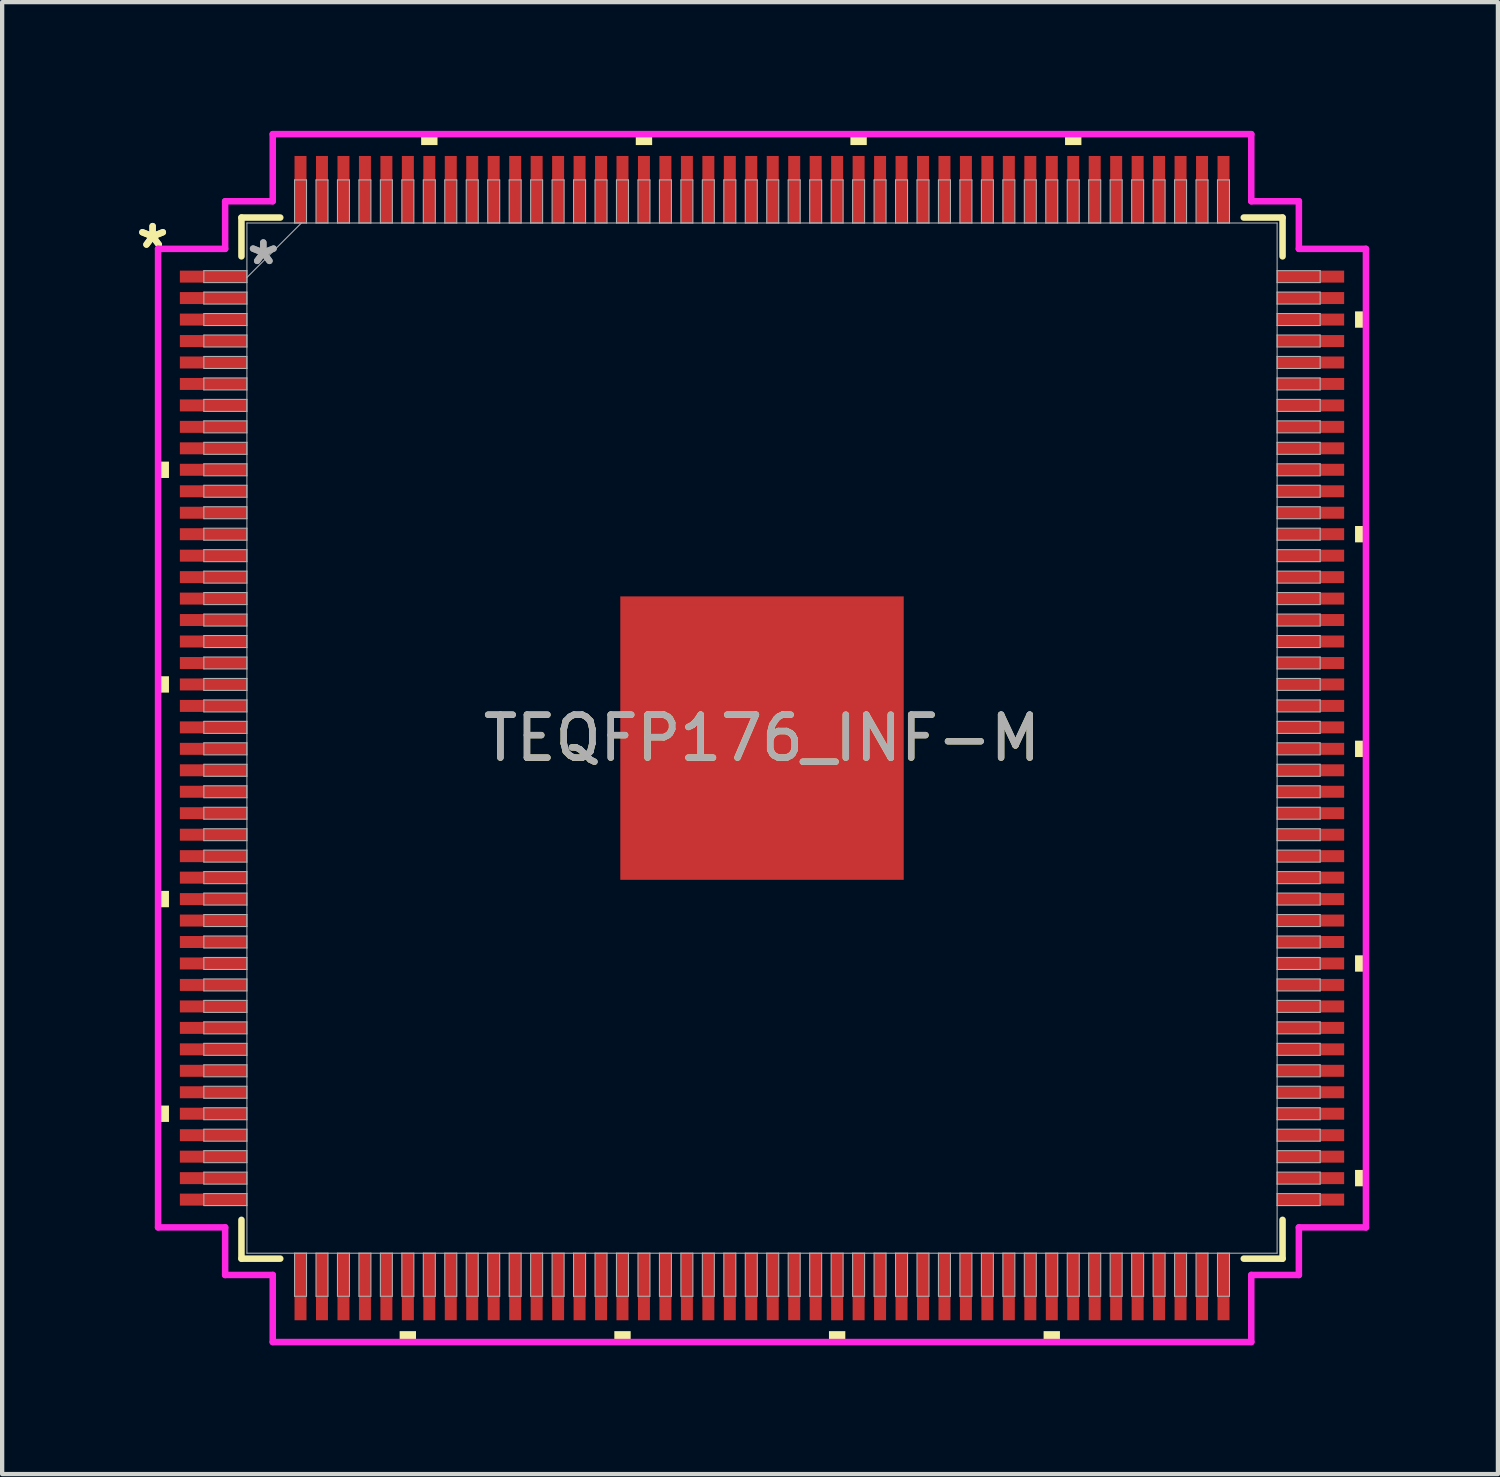
<source format=kicad_pcb>
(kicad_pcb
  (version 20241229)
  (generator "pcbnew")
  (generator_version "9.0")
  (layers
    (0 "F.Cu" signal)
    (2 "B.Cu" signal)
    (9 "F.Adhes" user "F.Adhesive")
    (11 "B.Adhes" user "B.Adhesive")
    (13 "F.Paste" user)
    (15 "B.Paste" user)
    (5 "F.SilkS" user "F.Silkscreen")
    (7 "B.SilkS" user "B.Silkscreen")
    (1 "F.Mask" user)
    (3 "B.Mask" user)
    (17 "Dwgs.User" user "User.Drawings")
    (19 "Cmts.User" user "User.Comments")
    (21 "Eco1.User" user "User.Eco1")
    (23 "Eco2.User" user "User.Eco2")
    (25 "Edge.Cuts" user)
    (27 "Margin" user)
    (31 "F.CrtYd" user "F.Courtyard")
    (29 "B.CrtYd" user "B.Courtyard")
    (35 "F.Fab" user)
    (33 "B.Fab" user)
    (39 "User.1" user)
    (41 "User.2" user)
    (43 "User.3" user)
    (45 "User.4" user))
  (footprint "TEQFP176_INF-M"
    (layer "F.Cu")
    (at 14.705 14.148)
    (property "Reference" "TEQFP176_INF-M" (at 0 0 0) (unlocked yes) (layer "F.SilkS") (effects (font (size 1 1) (thickness 0.15))))
    (attr smd)
    (fp_line (start -12.129 -12.129) (end -12.129 -11.225) (stroke (width 0.152) (type solid)) (layer "F.SilkS"))
    (fp_line (start -12.129 11.225) (end -12.129 12.129) (stroke (width 0.152) (type solid)) (layer "F.SilkS"))
    (fp_line (start -12.129 12.129) (end -11.225 12.129) (stroke (width 0.152) (type solid)) (layer "F.SilkS"))
    (fp_line (start -11.225 -12.129) (end -12.129 -12.129) (stroke (width 0.152) (type solid)) (layer "F.SilkS"))
    (fp_line (start 11.225 12.129) (end 12.129 12.129) (stroke (width 0.152) (type solid)) (layer "F.SilkS"))
    (fp_line (start 12.129 -12.129) (end 11.225 -12.129) (stroke (width 0.152) (type solid)) (layer "F.SilkS"))
    (fp_line (start 12.129 -11.225) (end 12.129 -12.129) (stroke (width 0.152) (type solid)) (layer "F.SilkS"))
    (fp_line (start 12.129 12.129) (end 12.129 11.225) (stroke (width 0.152) (type solid)) (layer "F.SilkS"))
    (fp_poly (pts (xy -14.072 -6.442) (xy -14.072 -6.061) (xy -13.818 -6.061) (xy -13.818 -6.442)) (stroke (width 0) (type solid)) (fill yes) (layer "F.SilkS"))
    (fp_poly (pts (xy -14.072 -1.441) (xy -14.072 -1.06) (xy -13.818 -1.06) (xy -13.818 -1.441)) (stroke (width 0) (type solid)) (fill yes) (layer "F.SilkS"))
    (fp_poly (pts (xy -14.072 3.56) (xy -14.072 3.941) (xy -13.818 3.941) (xy -13.818 3.56)) (stroke (width 0) (type solid)) (fill yes) (layer "F.SilkS"))
    (fp_poly (pts (xy -14.072 8.562) (xy -14.072 8.943) (xy -13.818 8.943) (xy -13.818 8.562)) (stroke (width 0) (type solid)) (fill yes) (layer "F.SilkS"))
    (fp_poly (pts (xy -8.443 13.818) (xy -8.443 14.072) (xy -8.062 14.072) (xy -8.062 13.818)) (stroke (width 0) (type solid)) (fill yes) (layer "F.SilkS"))
    (fp_poly (pts (xy -7.942 -13.818) (xy -7.942 -14.072) (xy -7.561 -14.072) (xy -7.561 -13.818)) (stroke (width 0) (type solid)) (fill yes) (layer "F.SilkS"))
    (fp_poly (pts (xy -3.441 13.818) (xy -3.441 14.072) (xy -3.06 14.072) (xy -3.06 13.818)) (stroke (width 0) (type solid)) (fill yes) (layer "F.SilkS"))
    (fp_poly (pts (xy -2.941 -13.818) (xy -2.941 -14.072) (xy -2.56 -14.072) (xy -2.56 -13.818)) (stroke (width 0) (type solid)) (fill yes) (layer "F.SilkS"))
    (fp_poly (pts (xy 1.56 13.818) (xy 1.56 14.072) (xy 1.941 14.072) (xy 1.941 13.818)) (stroke (width 0) (type solid)) (fill yes) (layer "F.SilkS"))
    (fp_poly (pts (xy 2.06 -13.818) (xy 2.06 -14.072) (xy 2.441 -14.072) (xy 2.441 -13.818)) (stroke (width 0) (type solid)) (fill yes) (layer "F.SilkS"))
    (fp_poly (pts (xy 6.561 13.818) (xy 6.561 14.072) (xy 6.942 14.072) (xy 6.942 13.818)) (stroke (width 0) (type solid)) (fill yes) (layer "F.SilkS"))
    (fp_poly (pts (xy 7.061 -13.818) (xy 7.061 -14.072) (xy 7.442 -14.072) (xy 7.442 -13.818)) (stroke (width 0) (type solid)) (fill yes) (layer "F.SilkS"))
    (fp_poly (pts (xy 14.072 -9.943) (xy 14.072 -9.562) (xy 13.818 -9.562) (xy 13.818 -9.943)) (stroke (width 0) (type solid)) (fill yes) (layer "F.SilkS"))
    (fp_poly (pts (xy 14.072 -4.942) (xy 14.072 -4.561) (xy 13.818 -4.561) (xy 13.818 -4.942)) (stroke (width 0) (type solid)) (fill yes) (layer "F.SilkS"))
    (fp_poly (pts (xy 14.072 0.06) (xy 14.072 0.441) (xy 13.818 0.441) (xy 13.818 0.06)) (stroke (width 0) (type solid)) (fill yes) (layer "F.SilkS"))
    (fp_poly (pts (xy 14.072 5.061) (xy 14.072 5.442) (xy 13.818 5.442) (xy 13.818 5.061)) (stroke (width 0) (type solid)) (fill yes) (layer "F.SilkS"))
    (fp_poly (pts (xy 14.072 10.062) (xy 14.072 10.443) (xy 13.818 10.443) (xy 13.818 10.062)) (stroke (width 0) (type solid)) (fill yes) (layer "F.SilkS"))
    (fp_poly (pts (xy -3.202 -3.202) (xy -3.202 -2.081) (xy -2.081 -2.081) (xy -2.081 -3.202)) (stroke (width 0) (type solid)) (fill yes) (layer "F.Paste"))
    (fp_poly (pts (xy -3.202 -1.881) (xy -3.202 -0.76) (xy -2.081 -0.76) (xy -2.081 -1.881)) (stroke (width 0) (type solid)) (fill yes) (layer "F.Paste"))
    (fp_poly (pts (xy -3.202 -0.56) (xy -3.202 0.56) (xy -2.081 0.56) (xy -2.081 -0.56)) (stroke (width 0) (type solid)) (fill yes) (layer "F.Paste"))
    (fp_poly (pts (xy -3.202 0.76) (xy -3.202 1.881) (xy -2.081 1.881) (xy -2.081 0.76)) (stroke (width 0) (type solid)) (fill yes) (layer "F.Paste"))
    (fp_poly (pts (xy -3.202 2.081) (xy -3.202 3.202) (xy -2.081 3.202) (xy -2.081 2.081)) (stroke (width 0) (type solid)) (fill yes) (layer "F.Paste"))
    (fp_poly (pts (xy -1.881 -3.202) (xy -1.881 -2.081) (xy -0.76 -2.081) (xy -0.76 -3.202)) (stroke (width 0) (type solid)) (fill yes) (layer "F.Paste"))
    (fp_poly (pts (xy -1.881 -1.881) (xy -1.881 -0.76) (xy -0.76 -0.76) (xy -0.76 -1.881)) (stroke (width 0) (type solid)) (fill yes) (layer "F.Paste"))
    (fp_poly (pts (xy -1.881 -0.56) (xy -1.881 0.56) (xy -0.76 0.56) (xy -0.76 -0.56)) (stroke (width 0) (type solid)) (fill yes) (layer "F.Paste"))
    (fp_poly (pts (xy -1.881 0.76) (xy -1.881 1.881) (xy -0.76 1.881) (xy -0.76 0.76)) (stroke (width 0) (type solid)) (fill yes) (layer "F.Paste"))
    (fp_poly (pts (xy -1.881 2.081) (xy -1.881 3.202) (xy -0.76 3.202) (xy -0.76 2.081)) (stroke (width 0) (type solid)) (fill yes) (layer "F.Paste"))
    (fp_poly (pts (xy -0.56 -3.202) (xy -0.56 -2.081) (xy 0.56 -2.081) (xy 0.56 -3.202)) (stroke (width 0) (type solid)) (fill yes) (layer "F.Paste"))
    (fp_poly (pts (xy -0.56 -1.881) (xy -0.56 -0.76) (xy 0.56 -0.76) (xy 0.56 -1.881)) (stroke (width 0) (type solid)) (fill yes) (layer "F.Paste"))
    (fp_poly (pts (xy -0.56 -0.56) (xy -0.56 0.56) (xy 0.56 0.56) (xy 0.56 -0.56)) (stroke (width 0) (type solid)) (fill yes) (layer "F.Paste"))
    (fp_poly (pts (xy -0.56 0.76) (xy -0.56 1.881) (xy 0.56 1.881) (xy 0.56 0.76)) (stroke (width 0) (type solid)) (fill yes) (layer "F.Paste"))
    (fp_poly (pts (xy -0.56 2.081) (xy -0.56 3.202) (xy 0.56 3.202) (xy 0.56 2.081)) (stroke (width 0) (type solid)) (fill yes) (layer "F.Paste"))
    (fp_poly (pts (xy 0.76 -3.202) (xy 0.76 -2.081) (xy 1.881 -2.081) (xy 1.881 -3.202)) (stroke (width 0) (type solid)) (fill yes) (layer "F.Paste"))
    (fp_poly (pts (xy 0.76 -1.881) (xy 0.76 -0.76) (xy 1.881 -0.76) (xy 1.881 -1.881)) (stroke (width 0) (type solid)) (fill yes) (layer "F.Paste"))
    (fp_poly (pts (xy 0.76 -0.56) (xy 0.76 0.56) (xy 1.881 0.56) (xy 1.881 -0.56)) (stroke (width 0) (type solid)) (fill yes) (layer "F.Paste"))
    (fp_poly (pts (xy 0.76 0.76) (xy 0.76 1.881) (xy 1.881 1.881) (xy 1.881 0.76)) (stroke (width 0) (type solid)) (fill yes) (layer "F.Paste"))
    (fp_poly (pts (xy 0.76 2.081) (xy 0.76 3.202) (xy 1.881 3.202) (xy 1.881 2.081)) (stroke (width 0) (type solid)) (fill yes) (layer "F.Paste"))
    (fp_poly (pts (xy 2.081 -3.202) (xy 2.081 -2.081) (xy 3.202 -2.081) (xy 3.202 -3.202)) (stroke (width 0) (type solid)) (fill yes) (layer "F.Paste"))
    (fp_poly (pts (xy 2.081 -1.881) (xy 2.081 -0.76) (xy 3.202 -0.76) (xy 3.202 -1.881)) (stroke (width 0) (type solid)) (fill yes) (layer "F.Paste"))
    (fp_poly (pts (xy 2.081 -0.56) (xy 2.081 0.56) (xy 3.202 0.56) (xy 3.202 -0.56)) (stroke (width 0) (type solid)) (fill yes) (layer "F.Paste"))
    (fp_poly (pts (xy 2.081 0.76) (xy 2.081 1.881) (xy 3.202 1.881) (xy 3.202 0.76)) (stroke (width 0) (type solid)) (fill yes) (layer "F.Paste"))
    (fp_poly (pts (xy 2.081 2.081) (xy 2.081 3.202) (xy 3.202 3.202) (xy 3.202 2.081)) (stroke (width 0) (type solid)) (fill yes) (layer "F.Paste"))
    (fp_line (start -14.072 -11.4) (end -12.509 -11.4) (stroke (width 0.152) (type solid)) (layer "F.CrtYd"))
    (fp_line (start -14.072 11.4) (end -14.072 -11.4) (stroke (width 0.152) (type solid)) (layer "F.CrtYd"))
    (fp_line (start -12.509 -12.509) (end -11.4 -12.509) (stroke (width 0.152) (type solid)) (layer "F.CrtYd"))
    (fp_line (start -12.509 -11.4) (end -12.509 -12.509) (stroke (width 0.152) (type solid)) (layer "F.CrtYd"))
    (fp_line (start -12.509 11.4) (end -14.072 11.4) (stroke (width 0.152) (type solid)) (layer "F.CrtYd"))
    (fp_line (start -12.509 12.509) (end -12.509 11.4) (stroke (width 0.152) (type solid)) (layer "F.CrtYd"))
    (fp_line (start -12.509 12.509) (end -11.4 12.509) (stroke (width 0.152) (type solid)) (layer "F.CrtYd"))
    (fp_line (start -11.4 -14.072) (end 11.4 -14.072) (stroke (width 0.152) (type solid)) (layer "F.CrtYd"))
    (fp_line (start -11.4 -12.509) (end -11.4 -14.072) (stroke (width 0.152) (type solid)) (layer "F.CrtYd"))
    (fp_line (start -11.4 12.509) (end -11.4 14.072) (stroke (width 0.152) (type solid)) (layer "F.CrtYd"))
    (fp_line (start -11.4 14.072) (end 11.4 14.072) (stroke (width 0.152) (type solid)) (layer "F.CrtYd"))
    (fp_line (start 11.4 -14.072) (end 11.4 -12.509) (stroke (width 0.152) (type solid)) (layer "F.CrtYd"))
    (fp_line (start 11.4 -12.509) (end 12.509 -12.509) (stroke (width 0.152) (type solid)) (layer "F.CrtYd"))
    (fp_line (start 11.4 12.509) (end 12.509 12.509) (stroke (width 0.152) (type solid)) (layer "F.CrtYd"))
    (fp_line (start 11.4 14.072) (end 11.4 12.509) (stroke (width 0.152) (type solid)) (layer "F.CrtYd"))
    (fp_line (start 12.509 -11.4) (end 12.509 -12.509) (stroke (width 0.152) (type solid)) (layer "F.CrtYd"))
    (fp_line (start 12.509 11.4) (end 14.072 11.4) (stroke (width 0.152) (type solid)) (layer "F.CrtYd"))
    (fp_line (start 12.509 12.509) (end 12.509 11.4) (stroke (width 0.152) (type solid)) (layer "F.CrtYd"))
    (fp_line (start 14.072 -11.4) (end 12.509 -11.4) (stroke (width 0.152) (type solid)) (layer "F.CrtYd"))
    (fp_line (start 14.072 11.4) (end 14.072 -11.4) (stroke (width 0.152) (type solid)) (layer "F.CrtYd"))
    (fp_line (start -13.005 -10.892) (end -13.005 -10.613) (stroke (width 0.025) (type solid)) (layer "F.Fab"))
    (fp_line (start -13.005 -10.613) (end -12.002 -10.613) (stroke (width 0.025) (type solid)) (layer "F.Fab"))
    (fp_line (start -13.005 -10.392) (end -13.005 -10.113) (stroke (width 0.025) (type solid)) (layer "F.Fab"))
    (fp_line (start -13.005 -10.113) (end -12.002 -10.113) (stroke (width 0.025) (type solid)) (layer "F.Fab"))
    (fp_line (start -13.005 -9.892) (end -13.005 -9.613) (stroke (width 0.025) (type solid)) (layer "F.Fab"))
    (fp_line (start -13.005 -9.613) (end -12.002 -9.613) (stroke (width 0.025) (type solid)) (layer "F.Fab"))
    (fp_line (start -13.005 -9.392) (end -13.005 -9.113) (stroke (width 0.025) (type solid)) (layer "F.Fab"))
    (fp_line (start -13.005 -9.113) (end -12.002 -9.113) (stroke (width 0.025) (type solid)) (layer "F.Fab"))
    (fp_line (start -13.005 -8.892) (end -13.005 -8.613) (stroke (width 0.025) (type solid)) (layer "F.Fab"))
    (fp_line (start -13.005 -8.613) (end -12.002 -8.613) (stroke (width 0.025) (type solid)) (layer "F.Fab"))
    (fp_line (start -13.005 -8.392) (end -13.005 -8.112) (stroke (width 0.025) (type solid)) (layer "F.Fab"))
    (fp_line (start -13.005 -8.112) (end -12.002 -8.112) (stroke (width 0.025) (type solid)) (layer "F.Fab"))
    (fp_line (start -13.005 -7.892) (end -13.005 -7.612) (stroke (width 0.025) (type solid)) (layer "F.Fab"))
    (fp_line (start -13.005 -7.612) (end -12.002 -7.612) (stroke (width 0.025) (type solid)) (layer "F.Fab"))
    (fp_line (start -13.005 -7.392) (end -13.005 -7.112) (stroke (width 0.025) (type solid)) (layer "F.Fab"))
    (fp_line (start -13.005 -7.112) (end -12.002 -7.112) (stroke (width 0.025) (type solid)) (layer "F.Fab"))
    (fp_line (start -13.005 -6.891) (end -13.005 -6.612) (stroke (width 0.025) (type solid)) (layer "F.Fab"))
    (fp_line (start -13.005 -6.612) (end -12.002 -6.612) (stroke (width 0.025) (type solid)) (layer "F.Fab"))
    (fp_line (start -13.005 -6.391) (end -13.005 -6.112) (stroke (width 0.025) (type solid)) (layer "F.Fab"))
    (fp_line (start -13.005 -6.112) (end -12.002 -6.112) (stroke (width 0.025) (type solid)) (layer "F.Fab"))
    (fp_line (start -13.005 -5.891) (end -13.005 -5.612) (stroke (width 0.025) (type solid)) (layer "F.Fab"))
    (fp_line (start -13.005 -5.612) (end -12.002 -5.612) (stroke (width 0.025) (type solid)) (layer "F.Fab"))
    (fp_line (start -13.005 -5.391) (end -13.005 -5.112) (stroke (width 0.025) (type solid)) (layer "F.Fab"))
    (fp_line (start -13.005 -5.112) (end -12.002 -5.112) (stroke (width 0.025) (type solid)) (layer "F.Fab"))
    (fp_line (start -13.005 -4.891) (end -13.005 -4.611) (stroke (width 0.025) (type solid)) (layer "F.Fab"))
    (fp_line (start -13.005 -4.611) (end -12.002 -4.611) (stroke (width 0.025) (type solid)) (layer "F.Fab"))
    (fp_line (start -13.005 -4.391) (end -13.005 -4.111) (stroke (width 0.025) (type solid)) (layer "F.Fab"))
    (fp_line (start -13.005 -4.111) (end -12.002 -4.111) (stroke (width 0.025) (type solid)) (layer "F.Fab"))
    (fp_line (start -13.005 -3.891) (end -13.005 -3.611) (stroke (width 0.025) (type solid)) (layer "F.Fab"))
    (fp_line (start -13.005 -3.611) (end -12.002 -3.611) (stroke (width 0.025) (type solid)) (layer "F.Fab"))
    (fp_line (start -13.005 -3.391) (end -13.005 -3.111) (stroke (width 0.025) (type solid)) (layer "F.Fab"))
    (fp_line (start -13.005 -3.111) (end -12.002 -3.111) (stroke (width 0.025) (type solid)) (layer "F.Fab"))
    (fp_line (start -13.005 -2.89) (end -13.005 -2.611) (stroke (width 0.025) (type solid)) (layer "F.Fab"))
    (fp_line (start -13.005 -2.611) (end -12.002 -2.611) (stroke (width 0.025) (type solid)) (layer "F.Fab"))
    (fp_line (start -13.005 -2.39) (end -13.005 -2.111) (stroke (width 0.025) (type solid)) (layer "F.Fab"))
    (fp_line (start -13.005 -2.111) (end -12.002 -2.111) (stroke (width 0.025) (type solid)) (layer "F.Fab"))
    (fp_line (start -13.005 -1.89) (end -13.005 -1.611) (stroke (width 0.025) (type solid)) (layer "F.Fab"))
    (fp_line (start -13.005 -1.611) (end -12.002 -1.611) (stroke (width 0.025) (type solid)) (layer "F.Fab"))
    (fp_line (start -13.005 -1.39) (end -13.005 -1.111) (stroke (width 0.025) (type solid)) (layer "F.Fab"))
    (fp_line (start -13.005 -1.111) (end -12.002 -1.111) (stroke (width 0.025) (type solid)) (layer "F.Fab"))
    (fp_line (start -13.005 -0.89) (end -13.005 -0.61) (stroke (width 0.025) (type solid)) (layer "F.Fab"))
    (fp_line (start -13.005 -0.61) (end -12.002 -0.61) (stroke (width 0.025) (type solid)) (layer "F.Fab"))
    (fp_line (start -13.005 -0.39) (end -13.005 -0.11) (stroke (width 0.025) (type solid)) (layer "F.Fab"))
    (fp_line (start -13.005 -0.11) (end -12.002 -0.11) (stroke (width 0.025) (type solid)) (layer "F.Fab"))
    (fp_line (start -13.005 0.11) (end -13.005 0.39) (stroke (width 0.025) (type solid)) (layer "F.Fab"))
    (fp_line (start -13.005 0.39) (end -12.002 0.39) (stroke (width 0.025) (type solid)) (layer "F.Fab"))
    (fp_line (start -13.005 0.61) (end -13.005 0.89) (stroke (width 0.025) (type solid)) (layer "F.Fab"))
    (fp_line (start -13.005 0.89) (end -12.002 0.89) (stroke (width 0.025) (type solid)) (layer "F.Fab"))
    (fp_line (start -13.005 1.111) (end -13.005 1.39) (stroke (width 0.025) (type solid)) (layer "F.Fab"))
    (fp_line (start -13.005 1.39) (end -12.002 1.39) (stroke (width 0.025) (type solid)) (layer "F.Fab"))
    (fp_line (start -13.005 1.611) (end -13.005 1.89) (stroke (width 0.025) (type solid)) (layer "F.Fab"))
    (fp_line (start -13.005 1.89) (end -12.002 1.89) (stroke (width 0.025) (type solid)) (layer "F.Fab"))
    (fp_line (start -13.005 2.111) (end -13.005 2.39) (stroke (width 0.025) (type solid)) (layer "F.Fab"))
    (fp_line (start -13.005 2.39) (end -12.002 2.39) (stroke (width 0.025) (type solid)) (layer "F.Fab"))
    (fp_line (start -13.005 2.611) (end -13.005 2.89) (stroke (width 0.025) (type solid)) (layer "F.Fab"))
    (fp_line (start -13.005 2.89) (end -12.002 2.89) (stroke (width 0.025) (type solid)) (layer "F.Fab"))
    (fp_line (start -13.005 3.111) (end -13.005 3.391) (stroke (width 0.025) (type solid)) (layer "F.Fab"))
    (fp_line (start -13.005 3.391) (end -12.002 3.391) (stroke (width 0.025) (type solid)) (layer "F.Fab"))
    (fp_line (start -13.005 3.611) (end -13.005 3.891) (stroke (width 0.025) (type solid)) (layer "F.Fab"))
    (fp_line (start -13.005 3.891) (end -12.002 3.891) (stroke (width 0.025) (type solid)) (layer "F.Fab"))
    (fp_line (start -13.005 4.111) (end -13.005 4.391) (stroke (width 0.025) (type solid)) (layer "F.Fab"))
    (fp_line (start -13.005 4.391) (end -12.002 4.391) (stroke (width 0.025) (type solid)) (layer "F.Fab"))
    (fp_line (start -13.005 4.611) (end -13.005 4.891) (stroke (width 0.025) (type solid)) (layer "F.Fab"))
    (fp_line (start -13.005 4.891) (end -12.002 4.891) (stroke (width 0.025) (type solid)) (layer "F.Fab"))
    (fp_line (start -13.005 5.112) (end -13.005 5.391) (stroke (width 0.025) (type solid)) (layer "F.Fab"))
    (fp_line (start -13.005 5.391) (end -12.002 5.391) (stroke (width 0.025) (type solid)) (layer "F.Fab"))
    (fp_line (start -13.005 5.612) (end -13.005 5.891) (stroke (width 0.025) (type solid)) (layer "F.Fab"))
    (fp_line (start -13.005 5.891) (end -12.002 5.891) (stroke (width 0.025) (type solid)) (layer "F.Fab"))
    (fp_line (start -13.005 6.112) (end -13.005 6.391) (stroke (width 0.025) (type solid)) (layer "F.Fab"))
    (fp_line (start -13.005 6.391) (end -12.002 6.391) (stroke (width 0.025) (type solid)) (layer "F.Fab"))
    (fp_line (start -13.005 6.612) (end -13.005 6.891) (stroke (width 0.025) (type solid)) (layer "F.Fab"))
    (fp_line (start -13.005 6.891) (end -12.002 6.891) (stroke (width 0.025) (type solid)) (layer "F.Fab"))
    (fp_line (start -13.005 7.112) (end -13.005 7.392) (stroke (width 0.025) (type solid)) (layer "F.Fab"))
    (fp_line (start -13.005 7.392) (end -12.002 7.392) (stroke (width 0.025) (type solid)) (layer "F.Fab"))
    (fp_line (start -13.005 7.612) (end -13.005 7.892) (stroke (width 0.025) (type solid)) (layer "F.Fab"))
    (fp_line (start -13.005 7.892) (end -12.002 7.892) (stroke (width 0.025) (type solid)) (layer "F.Fab"))
    (fp_line (start -13.005 8.112) (end -13.005 8.392) (stroke (width 0.025) (type solid)) (layer "F.Fab"))
    (fp_line (start -13.005 8.392) (end -12.002 8.392) (stroke (width 0.025) (type solid)) (layer "F.Fab"))
    (fp_line (start -13.005 8.613) (end -13.005 8.892) (stroke (width 0.025) (type solid)) (layer "F.Fab"))
    (fp_line (start -13.005 8.892) (end -12.002 8.892) (stroke (width 0.025) (type solid)) (layer "F.Fab"))
    (fp_line (start -13.005 9.113) (end -13.005 9.392) (stroke (width 0.025) (type solid)) (layer "F.Fab"))
    (fp_line (start -13.005 9.392) (end -12.002 9.392) (stroke (width 0.025) (type solid)) (layer "F.Fab"))
    (fp_line (start -13.005 9.613) (end -13.005 9.892) (stroke (width 0.025) (type solid)) (layer "F.Fab"))
    (fp_line (start -13.005 9.892) (end -12.002 9.892) (stroke (width 0.025) (type solid)) (layer "F.Fab"))
    (fp_line (start -13.005 10.113) (end -13.005 10.392) (stroke (width 0.025) (type solid)) (layer "F.Fab"))
    (fp_line (start -13.005 10.392) (end -12.002 10.392) (stroke (width 0.025) (type solid)) (layer "F.Fab"))
    (fp_line (start -13.005 10.613) (end -13.005 10.892) (stroke (width 0.025) (type solid)) (layer "F.Fab"))
    (fp_line (start -13.005 10.892) (end -12.002 10.892) (stroke (width 0.025) (type solid)) (layer "F.Fab"))
    (fp_line (start -12.002 -12.002) (end -12.002 12.002) (stroke (width 0.025) (type solid)) (layer "F.Fab"))
    (fp_line (start -12.002 -10.892) (end -13.005 -10.892) (stroke (width 0.025) (type solid)) (layer "F.Fab"))
    (fp_line (start -12.002 -10.732) (end -10.732 -12.002) (stroke (width 0.025) (type solid)) (layer "F.Fab"))
    (fp_line (start -12.002 -10.613) (end -12.002 -10.892) (stroke (width 0.025) (type solid)) (layer "F.Fab"))
    (fp_line (start -12.002 -10.392) (end -13.005 -10.392) (stroke (width 0.025) (type solid)) (layer "F.Fab"))
    (fp_line (start -12.002 -10.113) (end -12.002 -10.392) (stroke (width 0.025) (type solid)) (layer "F.Fab"))
    (fp_line (start -12.002 -9.892) (end -13.005 -9.892) (stroke (width 0.025) (type solid)) (layer "F.Fab"))
    (fp_line (start -12.002 -9.613) (end -12.002 -9.892) (stroke (width 0.025) (type solid)) (layer "F.Fab"))
    (fp_line (start -12.002 -9.392) (end -13.005 -9.392) (stroke (width 0.025) (type solid)) (layer "F.Fab"))
    (fp_line (start -12.002 -9.113) (end -12.002 -9.392) (stroke (width 0.025) (type solid)) (layer "F.Fab"))
    (fp_line (start -12.002 -8.892) (end -13.005 -8.892) (stroke (width 0.025) (type solid)) (layer "F.Fab"))
    (fp_line (start -12.002 -8.613) (end -12.002 -8.892) (stroke (width 0.025) (type solid)) (layer "F.Fab"))
    (fp_line (start -12.002 -8.392) (end -13.005 -8.392) (stroke (width 0.025) (type solid)) (layer "F.Fab"))
    (fp_line (start -12.002 -8.112) (end -12.002 -8.392) (stroke (width 0.025) (type solid)) (layer "F.Fab"))
    (fp_line (start -12.002 -7.892) (end -13.005 -7.892) (stroke (width 0.025) (type solid)) (layer "F.Fab"))
    (fp_line (start -12.002 -7.612) (end -12.002 -7.892) (stroke (width 0.025) (type solid)) (layer "F.Fab"))
    (fp_line (start -12.002 -7.392) (end -13.005 -7.392) (stroke (width 0.025) (type solid)) (layer "F.Fab"))
    (fp_line (start -12.002 -7.112) (end -12.002 -7.392) (stroke (width 0.025) (type solid)) (layer "F.Fab"))
    (fp_line (start -12.002 -6.891) (end -13.005 -6.891) (stroke (width 0.025) (type solid)) (layer "F.Fab"))
    (fp_line (start -12.002 -6.612) (end -12.002 -6.891) (stroke (width 0.025) (type solid)) (layer "F.Fab"))
    (fp_line (start -12.002 -6.391) (end -13.005 -6.391) (stroke (width 0.025) (type solid)) (layer "F.Fab"))
    (fp_line (start -12.002 -6.112) (end -12.002 -6.391) (stroke (width 0.025) (type solid)) (layer "F.Fab"))
    (fp_line (start -12.002 -5.891) (end -13.005 -5.891) (stroke (width 0.025) (type solid)) (layer "F.Fab"))
    (fp_line (start -12.002 -5.612) (end -12.002 -5.891) (stroke (width 0.025) (type solid)) (layer "F.Fab"))
    (fp_line (start -12.002 -5.391) (end -13.005 -5.391) (stroke (width 0.025) (type solid)) (layer "F.Fab"))
    (fp_line (start -12.002 -5.112) (end -12.002 -5.391) (stroke (width 0.025) (type solid)) (layer "F.Fab"))
    (fp_line (start -12.002 -4.891) (end -13.005 -4.891) (stroke (width 0.025) (type solid)) (layer "F.Fab"))
    (fp_line (start -12.002 -4.611) (end -12.002 -4.891) (stroke (width 0.025) (type solid)) (layer "F.Fab"))
    (fp_line (start -12.002 -4.391) (end -13.005 -4.391) (stroke (width 0.025) (type solid)) (layer "F.Fab"))
    (fp_line (start -12.002 -4.111) (end -12.002 -4.391) (stroke (width 0.025) (type solid)) (layer "F.Fab"))
    (fp_line (start -12.002 -3.891) (end -13.005 -3.891) (stroke (width 0.025) (type solid)) (layer "F.Fab"))
    (fp_line (start -12.002 -3.611) (end -12.002 -3.891) (stroke (width 0.025) (type solid)) (layer "F.Fab"))
    (fp_line (start -12.002 -3.391) (end -13.005 -3.391) (stroke (width 0.025) (type solid)) (layer "F.Fab"))
    (fp_line (start -12.002 -3.111) (end -12.002 -3.391) (stroke (width 0.025) (type solid)) (layer "F.Fab"))
    (fp_line (start -12.002 -2.89) (end -13.005 -2.89) (stroke (width 0.025) (type solid)) (layer "F.Fab"))
    (fp_line (start -12.002 -2.611) (end -12.002 -2.89) (stroke (width 0.025) (type solid)) (layer "F.Fab"))
    (fp_line (start -12.002 -2.39) (end -13.005 -2.39) (stroke (width 0.025) (type solid)) (layer "F.Fab"))
    (fp_line (start -12.002 -2.111) (end -12.002 -2.39) (stroke (width 0.025) (type solid)) (layer "F.Fab"))
    (fp_line (start -12.002 -1.89) (end -13.005 -1.89) (stroke (width 0.025) (type solid)) (layer "F.Fab"))
    (fp_line (start -12.002 -1.611) (end -12.002 -1.89) (stroke (width 0.025) (type solid)) (layer "F.Fab"))
    (fp_line (start -12.002 -1.39) (end -13.005 -1.39) (stroke (width 0.025) (type solid)) (layer "F.Fab"))
    (fp_line (start -12.002 -1.111) (end -12.002 -1.39) (stroke (width 0.025) (type solid)) (layer "F.Fab"))
    (fp_line (start -12.002 -0.89) (end -13.005 -0.89) (stroke (width 0.025) (type solid)) (layer "F.Fab"))
    (fp_line (start -12.002 -0.61) (end -12.002 -0.89) (stroke (width 0.025) (type solid)) (layer "F.Fab"))
    (fp_line (start -12.002 -0.39) (end -13.005 -0.39) (stroke (width 0.025) (type solid)) (layer "F.Fab"))
    (fp_line (start -12.002 -0.11) (end -12.002 -0.39) (stroke (width 0.025) (type solid)) (layer "F.Fab"))
    (fp_line (start -12.002 0.11) (end -13.005 0.11) (stroke (width 0.025) (type solid)) (layer "F.Fab"))
    (fp_line (start -12.002 0.39) (end -12.002 0.11) (stroke (width 0.025) (type solid)) (layer "F.Fab"))
    (fp_line (start -12.002 0.61) (end -13.005 0.61) (stroke (width 0.025) (type solid)) (layer "F.Fab"))
    (fp_line (start -12.002 0.89) (end -12.002 0.61) (stroke (width 0.025) (type solid)) (layer "F.Fab"))
    (fp_line (start -12.002 1.111) (end -13.005 1.111) (stroke (width 0.025) (type solid)) (layer "F.Fab"))
    (fp_line (start -12.002 1.39) (end -12.002 1.111) (stroke (width 0.025) (type solid)) (layer "F.Fab"))
    (fp_line (start -12.002 1.611) (end -13.005 1.611) (stroke (width 0.025) (type solid)) (layer "F.Fab"))
    (fp_line (start -12.002 1.89) (end -12.002 1.611) (stroke (width 0.025) (type solid)) (layer "F.Fab"))
    (fp_line (start -12.002 2.111) (end -13.005 2.111) (stroke (width 0.025) (type solid)) (layer "F.Fab"))
    (fp_line (start -12.002 2.39) (end -12.002 2.111) (stroke (width 0.025) (type solid)) (layer "F.Fab"))
    (fp_line (start -12.002 2.611) (end -13.005 2.611) (stroke (width 0.025) (type solid)) (layer "F.Fab"))
    (fp_line (start -12.002 2.89) (end -12.002 2.611) (stroke (width 0.025) (type solid)) (layer "F.Fab"))
    (fp_line (start -12.002 3.111) (end -13.005 3.111) (stroke (width 0.025) (type solid)) (layer "F.Fab"))
    (fp_line (start -12.002 3.391) (end -12.002 3.111) (stroke (width 0.025) (type solid)) (layer "F.Fab"))
    (fp_line (start -12.002 3.611) (end -13.005 3.611) (stroke (width 0.025) (type solid)) (layer "F.Fab"))
    (fp_line (start -12.002 3.891) (end -12.002 3.611) (stroke (width 0.025) (type solid)) (layer "F.Fab"))
    (fp_line (start -12.002 4.111) (end -13.005 4.111) (stroke (width 0.025) (type solid)) (layer "F.Fab"))
    (fp_line (start -12.002 4.391) (end -12.002 4.111) (stroke (width 0.025) (type solid)) (layer "F.Fab"))
    (fp_line (start -12.002 4.611) (end -13.005 4.611) (stroke (width 0.025) (type solid)) (layer "F.Fab"))
    (fp_line (start -12.002 4.891) (end -12.002 4.611) (stroke (width 0.025) (type solid)) (layer "F.Fab"))
    (fp_line (start -12.002 5.112) (end -13.005 5.112) (stroke (width 0.025) (type solid)) (layer "F.Fab"))
    (fp_line (start -12.002 5.391) (end -12.002 5.112) (stroke (width 0.025) (type solid)) (layer "F.Fab"))
    (fp_line (start -12.002 5.612) (end -13.005 5.612) (stroke (width 0.025) (type solid)) (layer "F.Fab"))
    (fp_line (start -12.002 5.891) (end -12.002 5.612) (stroke (width 0.025) (type solid)) (layer "F.Fab"))
    (fp_line (start -12.002 6.112) (end -13.005 6.112) (stroke (width 0.025) (type solid)) (layer "F.Fab"))
    (fp_line (start -12.002 6.391) (end -12.002 6.112) (stroke (width 0.025) (type solid)) (layer "F.Fab"))
    (fp_line (start -12.002 6.612) (end -13.005 6.612) (stroke (width 0.025) (type solid)) (layer "F.Fab"))
    (fp_line (start -12.002 6.891) (end -12.002 6.612) (stroke (width 0.025) (type solid)) (layer "F.Fab"))
    (fp_line (start -12.002 7.112) (end -13.005 7.112) (stroke (width 0.025) (type solid)) (layer "F.Fab"))
    (fp_line (start -12.002 7.392) (end -12.002 7.112) (stroke (width 0.025) (type solid)) (layer "F.Fab"))
    (fp_line (start -12.002 7.612) (end -13.005 7.612) (stroke (width 0.025) (type solid)) (layer "F.Fab"))
    (fp_line (start -12.002 7.892) (end -12.002 7.612) (stroke (width 0.025) (type solid)) (layer "F.Fab"))
    (fp_line (start -12.002 8.112) (end -13.005 8.112) (stroke (width 0.025) (type solid)) (layer "F.Fab"))
    (fp_line (start -12.002 8.392) (end -12.002 8.112) (stroke (width 0.025) (type solid)) (layer "F.Fab"))
    (fp_line (start -12.002 8.613) (end -13.005 8.613) (stroke (width 0.025) (type solid)) (layer "F.Fab"))
    (fp_line (start -12.002 8.892) (end -12.002 8.613) (stroke (width 0.025) (type solid)) (layer "F.Fab"))
    (fp_line (start -12.002 9.113) (end -13.005 9.113) (stroke (width 0.025) (type solid)) (layer "F.Fab"))
    (fp_line (start -12.002 9.392) (end -12.002 9.113) (stroke (width 0.025) (type solid)) (layer "F.Fab"))
    (fp_line (start -12.002 9.613) (end -13.005 9.613) (stroke (width 0.025) (type solid)) (layer "F.Fab"))
    (fp_line (start -12.002 9.892) (end -12.002 9.613) (stroke (width 0.025) (type solid)) (layer "F.Fab"))
    (fp_line (start -12.002 10.113) (end -13.005 10.113) (stroke (width 0.025) (type solid)) (layer "F.Fab"))
    (fp_line (start -12.002 10.392) (end -12.002 10.113) (stroke (width 0.025) (type solid)) (layer "F.Fab"))
    (fp_line (start -12.002 10.613) (end -13.005 10.613) (stroke (width 0.025) (type solid)) (layer "F.Fab"))
    (fp_line (start -12.002 10.892) (end -12.002 10.613) (stroke (width 0.025) (type solid)) (layer "F.Fab"))
    (fp_line (start -12.002 12.002) (end 12.002 12.002) (stroke (width 0.025) (type solid)) (layer "F.Fab"))
    (fp_line (start -10.892 -13.005) (end -10.892 -12.002) (stroke (width 0.025) (type solid)) (layer "F.Fab"))
    (fp_line (start -10.892 -12.002) (end -10.613 -12.002) (stroke (width 0.025) (type solid)) (layer "F.Fab"))
    (fp_line (start -10.892 12.002) (end -10.892 13.005) (stroke (width 0.025) (type solid)) (layer "F.Fab"))
    (fp_line (start -10.892 13.005) (end -10.613 13.005) (stroke (width 0.025) (type solid)) (layer "F.Fab"))
    (fp_line (start -10.613 -13.005) (end -10.892 -13.005) (stroke (width 0.025) (type solid)) (layer "F.Fab"))
    (fp_line (start -10.613 -12.002) (end -10.613 -13.005) (stroke (width 0.025) (type solid)) (layer "F.Fab"))
    (fp_line (start -10.613 12.002) (end -10.892 12.002) (stroke (width 0.025) (type solid)) (layer "F.Fab"))
    (fp_line (start -10.613 13.005) (end -10.613 12.002) (stroke (width 0.025) (type solid)) (layer "F.Fab"))
    (fp_line (start -10.392 -13.005) (end -10.392 -12.002) (stroke (width 0.025) (type solid)) (layer "F.Fab"))
    (fp_line (start -10.392 -12.002) (end -10.113 -12.002) (stroke (width 0.025) (type solid)) (layer "F.Fab"))
    (fp_line (start -10.392 12.002) (end -10.392 13.005) (stroke (width 0.025) (type solid)) (layer "F.Fab"))
    (fp_line (start -10.392 13.005) (end -10.113 13.005) (stroke (width 0.025) (type solid)) (layer "F.Fab"))
    (fp_line (start -10.113 -13.005) (end -10.392 -13.005) (stroke (width 0.025) (type solid)) (layer "F.Fab"))
    (fp_line (start -10.113 -12.002) (end -10.113 -13.005) (stroke (width 0.025) (type solid)) (layer "F.Fab"))
    (fp_line (start -10.113 12.002) (end -10.392 12.002) (stroke (width 0.025) (type solid)) (layer "F.Fab"))
    (fp_line (start -10.113 13.005) (end -10.113 12.002) (stroke (width 0.025) (type solid)) (layer "F.Fab"))
    (fp_line (start -9.892 -13.005) (end -9.892 -12.002) (stroke (width 0.025) (type solid)) (layer "F.Fab"))
    (fp_line (start -9.892 -12.002) (end -9.613 -12.002) (stroke (width 0.025) (type solid)) (layer "F.Fab"))
    (fp_line (start -9.892 12.002) (end -9.892 13.005) (stroke (width 0.025) (type solid)) (layer "F.Fab"))
    (fp_line (start -9.892 13.005) (end -9.613 13.005) (stroke (width 0.025) (type solid)) (layer "F.Fab"))
    (fp_line (start -9.613 -13.005) (end -9.892 -13.005) (stroke (width 0.025) (type solid)) (layer "F.Fab"))
    (fp_line (start -9.613 -12.002) (end -9.613 -13.005) (stroke (width 0.025) (type solid)) (layer "F.Fab"))
    (fp_line (start -9.613 12.002) (end -9.892 12.002) (stroke (width 0.025) (type solid)) (layer "F.Fab"))
    (fp_line (start -9.613 13.005) (end -9.613 12.002) (stroke (width 0.025) (type solid)) (layer "F.Fab"))
    (fp_line (start -9.392 -13.005) (end -9.392 -12.002) (stroke (width 0.025) (type solid)) (layer "F.Fab"))
    (fp_line (start -9.392 -12.002) (end -9.113 -12.002) (stroke (width 0.025) (type solid)) (layer "F.Fab"))
    (fp_line (start -9.392 12.002) (end -9.392 13.005) (stroke (width 0.025) (type solid)) (layer "F.Fab"))
    (fp_line (start -9.392 13.005) (end -9.113 13.005) (stroke (width 0.025) (type solid)) (layer "F.Fab"))
    (fp_line (start -9.113 -13.005) (end -9.392 -13.005) (stroke (width 0.025) (type solid)) (layer "F.Fab"))
    (fp_line (start -9.113 -12.002) (end -9.113 -13.005) (stroke (width 0.025) (type solid)) (layer "F.Fab"))
    (fp_line (start -9.113 12.002) (end -9.392 12.002) (stroke (width 0.025) (type solid)) (layer "F.Fab"))
    (fp_line (start -9.113 13.005) (end -9.113 12.002) (stroke (width 0.025) (type solid)) (layer "F.Fab"))
    (fp_line (start -8.892 -13.005) (end -8.892 -12.002) (stroke (width 0.025) (type solid)) (layer "F.Fab"))
    (fp_line (start -8.892 -12.002) (end -8.613 -12.002) (stroke (width 0.025) (type solid)) (layer "F.Fab"))
    (fp_line (start -8.892 12.002) (end -8.892 13.005) (stroke (width 0.025) (type solid)) (layer "F.Fab"))
    (fp_line (start -8.892 13.005) (end -8.613 13.005) (stroke (width 0.025) (type solid)) (layer "F.Fab"))
    (fp_line (start -8.613 -13.005) (end -8.892 -13.005) (stroke (width 0.025) (type solid)) (layer "F.Fab"))
    (fp_line (start -8.613 -12.002) (end -8.613 -13.005) (stroke (width 0.025) (type solid)) (layer "F.Fab"))
    (fp_line (start -8.613 12.002) (end -8.892 12.002) (stroke (width 0.025) (type solid)) (layer "F.Fab"))
    (fp_line (start -8.613 13.005) (end -8.613 12.002) (stroke (width 0.025) (type solid)) (layer "F.Fab"))
    (fp_line (start -8.392 -13.005) (end -8.392 -12.002) (stroke (width 0.025) (type solid)) (layer "F.Fab"))
    (fp_line (start -8.392 -12.002) (end -8.112 -12.002) (stroke (width 0.025) (type solid)) (layer "F.Fab"))
    (fp_line (start -8.392 12.002) (end -8.392 13.005) (stroke (width 0.025) (type solid)) (layer "F.Fab"))
    (fp_line (start -8.392 13.005) (end -8.112 13.005) (stroke (width 0.025) (type solid)) (layer "F.Fab"))
    (fp_line (start -8.112 -13.005) (end -8.392 -13.005) (stroke (width 0.025) (type solid)) (layer "F.Fab"))
    (fp_line (start -8.112 -12.002) (end -8.112 -13.005) (stroke (width 0.025) (type solid)) (layer "F.Fab"))
    (fp_line (start -8.112 12.002) (end -8.392 12.002) (stroke (width 0.025) (type solid)) (layer "F.Fab"))
    (fp_line (start -8.112 13.005) (end -8.112 12.002) (stroke (width 0.025) (type solid)) (layer "F.Fab"))
    (fp_line (start -7.892 -13.005) (end -7.892 -12.002) (stroke (width 0.025) (type solid)) (layer "F.Fab"))
    (fp_line (start -7.892 -12.002) (end -7.612 -12.002) (stroke (width 0.025) (type solid)) (layer "F.Fab"))
    (fp_line (start -7.892 12.002) (end -7.892 13.005) (stroke (width 0.025) (type solid)) (layer "F.Fab"))
    (fp_line (start -7.892 13.005) (end -7.612 13.005) (stroke (width 0.025) (type solid)) (layer "F.Fab"))
    (fp_line (start -7.612 -13.005) (end -7.892 -13.005) (stroke (width 0.025) (type solid)) (layer "F.Fab"))
    (fp_line (start -7.612 -12.002) (end -7.612 -13.005) (stroke (width 0.025) (type solid)) (layer "F.Fab"))
    (fp_line (start -7.612 12.002) (end -7.892 12.002) (stroke (width 0.025) (type solid)) (layer "F.Fab"))
    (fp_line (start -7.612 13.005) (end -7.612 12.002) (stroke (width 0.025) (type solid)) (layer "F.Fab"))
    (fp_line (start -7.392 -13.005) (end -7.392 -12.002) (stroke (width 0.025) (type solid)) (layer "F.Fab"))
    (fp_line (start -7.392 -12.002) (end -7.112 -12.002) (stroke (width 0.025) (type solid)) (layer "F.Fab"))
    (fp_line (start -7.392 12.002) (end -7.392 13.005) (stroke (width 0.025) (type solid)) (layer "F.Fab"))
    (fp_line (start -7.392 13.005) (end -7.112 13.005) (stroke (width 0.025) (type solid)) (layer "F.Fab"))
    (fp_line (start -7.112 -13.005) (end -7.392 -13.005) (stroke (width 0.025) (type solid)) (layer "F.Fab"))
    (fp_line (start -7.112 -12.002) (end -7.112 -13.005) (stroke (width 0.025) (type solid)) (layer "F.Fab"))
    (fp_line (start -7.112 12.002) (end -7.392 12.002) (stroke (width 0.025) (type solid)) (layer "F.Fab"))
    (fp_line (start -7.112 13.005) (end -7.112 12.002) (stroke (width 0.025) (type solid)) (layer "F.Fab"))
    (fp_line (start -6.891 -13.005) (end -6.891 -12.002) (stroke (width 0.025) (type solid)) (layer "F.Fab"))
    (fp_line (start -6.891 -12.002) (end -6.612 -12.002) (stroke (width 0.025) (type solid)) (layer "F.Fab"))
    (fp_line (start -6.891 12.002) (end -6.891 13.005) (stroke (width 0.025) (type solid)) (layer "F.Fab"))
    (fp_line (start -6.891 13.005) (end -6.612 13.005) (stroke (width 0.025) (type solid)) (layer "F.Fab"))
    (fp_line (start -6.612 -13.005) (end -6.891 -13.005) (stroke (width 0.025) (type solid)) (layer "F.Fab"))
    (fp_line (start -6.612 -12.002) (end -6.612 -13.005) (stroke (width 0.025) (type solid)) (layer "F.Fab"))
    (fp_line (start -6.612 12.002) (end -6.891 12.002) (stroke (width 0.025) (type solid)) (layer "F.Fab"))
    (fp_line (start -6.612 13.005) (end -6.612 12.002) (stroke (width 0.025) (type solid)) (layer "F.Fab"))
    (fp_line (start -6.391 -13.005) (end -6.391 -12.002) (stroke (width 0.025) (type solid)) (layer "F.Fab"))
    (fp_line (start -6.391 -12.002) (end -6.112 -12.002) (stroke (width 0.025) (type solid)) (layer "F.Fab"))
    (fp_line (start -6.391 12.002) (end -6.391 13.005) (stroke (width 0.025) (type solid)) (layer "F.Fab"))
    (fp_line (start -6.391 13.005) (end -6.112 13.005) (stroke (width 0.025) (type solid)) (layer "F.Fab"))
    (fp_line (start -6.112 -13.005) (end -6.391 -13.005) (stroke (width 0.025) (type solid)) (layer "F.Fab"))
    (fp_line (start -6.112 -12.002) (end -6.112 -13.005) (stroke (width 0.025) (type solid)) (layer "F.Fab"))
    (fp_line (start -6.112 12.002) (end -6.391 12.002) (stroke (width 0.025) (type solid)) (layer "F.Fab"))
    (fp_line (start -6.112 13.005) (end -6.112 12.002) (stroke (width 0.025) (type solid)) (layer "F.Fab"))
    (fp_line (start -5.891 -13.005) (end -5.891 -12.002) (stroke (width 0.025) (type solid)) (layer "F.Fab"))
    (fp_line (start -5.891 -12.002) (end -5.612 -12.002) (stroke (width 0.025) (type solid)) (layer "F.Fab"))
    (fp_line (start -5.891 12.002) (end -5.891 13.005) (stroke (width 0.025) (type solid)) (layer "F.Fab"))
    (fp_line (start -5.891 13.005) (end -5.612 13.005) (stroke (width 0.025) (type solid)) (layer "F.Fab"))
    (fp_line (start -5.612 -13.005) (end -5.891 -13.005) (stroke (width 0.025) (type solid)) (layer "F.Fab"))
    (fp_line (start -5.612 -12.002) (end -5.612 -13.005) (stroke (width 0.025) (type solid)) (layer "F.Fab"))
    (fp_line (start -5.612 12.002) (end -5.891 12.002) (stroke (width 0.025) (type solid)) (layer "F.Fab"))
    (fp_line (start -5.612 13.005) (end -5.612 12.002) (stroke (width 0.025) (type solid)) (layer "F.Fab"))
    (fp_line (start -5.391 -13.005) (end -5.391 -12.002) (stroke (width 0.025) (type solid)) (layer "F.Fab"))
    (fp_line (start -5.391 -12.002) (end -5.112 -12.002) (stroke (width 0.025) (type solid)) (layer "F.Fab"))
    (fp_line (start -5.391 12.002) (end -5.391 13.005) (stroke (width 0.025) (type solid)) (layer "F.Fab"))
    (fp_line (start -5.391 13.005) (end -5.112 13.005) (stroke (width 0.025) (type solid)) (layer "F.Fab"))
    (fp_line (start -5.112 -13.005) (end -5.391 -13.005) (stroke (width 0.025) (type solid)) (layer "F.Fab"))
    (fp_line (start -5.112 -12.002) (end -5.112 -13.005) (stroke (width 0.025) (type solid)) (layer "F.Fab"))
    (fp_line (start -5.112 12.002) (end -5.391 12.002) (stroke (width 0.025) (type solid)) (layer "F.Fab"))
    (fp_line (start -5.112 13.005) (end -5.112 12.002) (stroke (width 0.025) (type solid)) (layer "F.Fab"))
    (fp_line (start -4.891 -13.005) (end -4.891 -12.002) (stroke (width 0.025) (type solid)) (layer "F.Fab"))
    (fp_line (start -4.891 -12.002) (end -4.611 -12.002) (stroke (width 0.025) (type solid)) (layer "F.Fab"))
    (fp_line (start -4.891 12.002) (end -4.891 13.005) (stroke (width 0.025) (type solid)) (layer "F.Fab"))
    (fp_line (start -4.891 13.005) (end -4.611 13.005) (stroke (width 0.025) (type solid)) (layer "F.Fab"))
    (fp_line (start -4.611 -13.005) (end -4.891 -13.005) (stroke (width 0.025) (type solid)) (layer "F.Fab"))
    (fp_line (start -4.611 -12.002) (end -4.611 -13.005) (stroke (width 0.025) (type solid)) (layer "F.Fab"))
    (fp_line (start -4.611 12.002) (end -4.891 12.002) (stroke (width 0.025) (type solid)) (layer "F.Fab"))
    (fp_line (start -4.611 13.005) (end -4.611 12.002) (stroke (width 0.025) (type solid)) (layer "F.Fab"))
    (fp_line (start -4.391 -13.005) (end -4.391 -12.002) (stroke (width 0.025) (type solid)) (layer "F.Fab"))
    (fp_line (start -4.391 -12.002) (end -4.111 -12.002) (stroke (width 0.025) (type solid)) (layer "F.Fab"))
    (fp_line (start -4.391 12.002) (end -4.391 13.005) (stroke (width 0.025) (type solid)) (layer "F.Fab"))
    (fp_line (start -4.391 13.005) (end -4.111 13.005) (stroke (width 0.025) (type solid)) (layer "F.Fab"))
    (fp_line (start -4.111 -13.005) (end -4.391 -13.005) (stroke (width 0.025) (type solid)) (layer "F.Fab"))
    (fp_line (start -4.111 -12.002) (end -4.111 -13.005) (stroke (width 0.025) (type solid)) (layer "F.Fab"))
    (fp_line (start -4.111 12.002) (end -4.391 12.002) (stroke (width 0.025) (type solid)) (layer "F.Fab"))
    (fp_line (start -4.111 13.005) (end -4.111 12.002) (stroke (width 0.025) (type solid)) (layer "F.Fab"))
    (fp_line (start -3.891 -13.005) (end -3.891 -12.002) (stroke (width 0.025) (type solid)) (layer "F.Fab"))
    (fp_line (start -3.891 -12.002) (end -3.611 -12.002) (stroke (width 0.025) (type solid)) (layer "F.Fab"))
    (fp_line (start -3.891 12.002) (end -3.891 13.005) (stroke (width 0.025) (type solid)) (layer "F.Fab"))
    (fp_line (start -3.891 13.005) (end -3.611 13.005) (stroke (width 0.025) (type solid)) (layer "F.Fab"))
    (fp_line (start -3.611 -13.005) (end -3.891 -13.005) (stroke (width 0.025) (type solid)) (layer "F.Fab"))
    (fp_line (start -3.611 -12.002) (end -3.611 -13.005) (stroke (width 0.025) (type solid)) (layer "F.Fab"))
    (fp_line (start -3.611 12.002) (end -3.891 12.002) (stroke (width 0.025) (type solid)) (layer "F.Fab"))
    (fp_line (start -3.611 13.005) (end -3.611 12.002) (stroke (width 0.025) (type solid)) (layer "F.Fab"))
    (fp_line (start -3.391 -13.005) (end -3.391 -12.002) (stroke (width 0.025) (type solid)) (layer "F.Fab"))
    (fp_line (start -3.391 -12.002) (end -3.111 -12.002) (stroke (width 0.025) (type solid)) (layer "F.Fab"))
    (fp_line (start -3.391 12.002) (end -3.391 13.005) (stroke (width 0.025) (type solid)) (layer "F.Fab"))
    (fp_line (start -3.391 13.005) (end -3.111 13.005) (stroke (width 0.025) (type solid)) (layer "F.Fab"))
    (fp_line (start -3.111 -13.005) (end -3.391 -13.005) (stroke (width 0.025) (type solid)) (layer "F.Fab"))
    (fp_line (start -3.111 -12.002) (end -3.111 -13.005) (stroke (width 0.025) (type solid)) (layer "F.Fab"))
    (fp_line (start -3.111 12.002) (end -3.391 12.002) (stroke (width 0.025) (type solid)) (layer "F.Fab"))
    (fp_line (start -3.111 13.005) (end -3.111 12.002) (stroke (width 0.025) (type solid)) (layer "F.Fab"))
    (fp_line (start -2.89 -13.005) (end -2.89 -12.002) (stroke (width 0.025) (type solid)) (layer "F.Fab"))
    (fp_line (start -2.89 -12.002) (end -2.611 -12.002) (stroke (width 0.025) (type solid)) (layer "F.Fab"))
    (fp_line (start -2.89 12.002) (end -2.89 13.005) (stroke (width 0.025) (type solid)) (layer "F.Fab"))
    (fp_line (start -2.89 13.005) (end -2.611 13.005) (stroke (width 0.025) (type solid)) (layer "F.Fab"))
    (fp_line (start -2.611 -13.005) (end -2.89 -13.005) (stroke (width 0.025) (type solid)) (layer "F.Fab"))
    (fp_line (start -2.611 -12.002) (end -2.611 -13.005) (stroke (width 0.025) (type solid)) (layer "F.Fab"))
    (fp_line (start -2.611 12.002) (end -2.89 12.002) (stroke (width 0.025) (type solid)) (layer "F.Fab"))
    (fp_line (start -2.611 13.005) (end -2.611 12.002) (stroke (width 0.025) (type solid)) (layer "F.Fab"))
    (fp_line (start -2.39 -13.005) (end -2.39 -12.002) (stroke (width 0.025) (type solid)) (layer "F.Fab"))
    (fp_line (start -2.39 -12.002) (end -2.111 -12.002) (stroke (width 0.025) (type solid)) (layer "F.Fab"))
    (fp_line (start -2.39 12.002) (end -2.39 13.005) (stroke (width 0.025) (type solid)) (layer "F.Fab"))
    (fp_line (start -2.39 13.005) (end -2.111 13.005) (stroke (width 0.025) (type solid)) (layer "F.Fab"))
    (fp_line (start -2.111 -13.005) (end -2.39 -13.005) (stroke (width 0.025) (type solid)) (layer "F.Fab"))
    (fp_line (start -2.111 -12.002) (end -2.111 -13.005) (stroke (width 0.025) (type solid)) (layer "F.Fab"))
    (fp_line (start -2.111 12.002) (end -2.39 12.002) (stroke (width 0.025) (type solid)) (layer "F.Fab"))
    (fp_line (start -2.111 13.005) (end -2.111 12.002) (stroke (width 0.025) (type solid)) (layer "F.Fab"))
    (fp_line (start -1.89 -13.005) (end -1.89 -12.002) (stroke (width 0.025) (type solid)) (layer "F.Fab"))
    (fp_line (start -1.89 -12.002) (end -1.611 -12.002) (stroke (width 0.025) (type solid)) (layer "F.Fab"))
    (fp_line (start -1.89 12.002) (end -1.89 13.005) (stroke (width 0.025) (type solid)) (layer "F.Fab"))
    (fp_line (start -1.89 13.005) (end -1.611 13.005) (stroke (width 0.025) (type solid)) (layer "F.Fab"))
    (fp_line (start -1.611 -13.005) (end -1.89 -13.005) (stroke (width 0.025) (type solid)) (layer "F.Fab"))
    (fp_line (start -1.611 -12.002) (end -1.611 -13.005) (stroke (width 0.025) (type solid)) (layer "F.Fab"))
    (fp_line (start -1.611 12.002) (end -1.89 12.002) (stroke (width 0.025) (type solid)) (layer "F.Fab"))
    (fp_line (start -1.611 13.005) (end -1.611 12.002) (stroke (width 0.025) (type solid)) (layer "F.Fab"))
    (fp_line (start -1.39 -13.005) (end -1.39 -12.002) (stroke (width 0.025) (type solid)) (layer "F.Fab"))
    (fp_line (start -1.39 -12.002) (end -1.111 -12.002) (stroke (width 0.025) (type solid)) (layer "F.Fab"))
    (fp_line (start -1.39 12.002) (end -1.39 13.005) (stroke (width 0.025) (type solid)) (layer "F.Fab"))
    (fp_line (start -1.39 13.005) (end -1.111 13.005) (stroke (width 0.025) (type solid)) (layer "F.Fab"))
    (fp_line (start -1.111 -13.005) (end -1.39 -13.005) (stroke (width 0.025) (type solid)) (layer "F.Fab"))
    (fp_line (start -1.111 -12.002) (end -1.111 -13.005) (stroke (width 0.025) (type solid)) (layer "F.Fab"))
    (fp_line (start -1.111 12.002) (end -1.39 12.002) (stroke (width 0.025) (type solid)) (layer "F.Fab"))
    (fp_line (start -1.111 13.005) (end -1.111 12.002) (stroke (width 0.025) (type solid)) (layer "F.Fab"))
    (fp_line (start -0.89 -13.005) (end -0.89 -12.002) (stroke (width 0.025) (type solid)) (layer "F.Fab"))
    (fp_line (start -0.89 -12.002) (end -0.61 -12.002) (stroke (width 0.025) (type solid)) (layer "F.Fab"))
    (fp_line (start -0.89 12.002) (end -0.89 13.005) (stroke (width 0.025) (type solid)) (layer "F.Fab"))
    (fp_line (start -0.89 13.005) (end -0.61 13.005) (stroke (width 0.025) (type solid)) (layer "F.Fab"))
    (fp_line (start -0.61 -13.005) (end -0.89 -13.005) (stroke (width 0.025) (type solid)) (layer "F.Fab"))
    (fp_line (start -0.61 -12.002) (end -0.61 -13.005) (stroke (width 0.025) (type solid)) (layer "F.Fab"))
    (fp_line (start -0.61 12.002) (end -0.89 12.002) (stroke (width 0.025) (type solid)) (layer "F.Fab"))
    (fp_line (start -0.61 13.005) (end -0.61 12.002) (stroke (width 0.025) (type solid)) (layer "F.Fab"))
    (fp_line (start -0.39 -13.005) (end -0.39 -12.002) (stroke (width 0.025) (type solid)) (layer "F.Fab"))
    (fp_line (start -0.39 -12.002) (end -0.11 -12.002) (stroke (width 0.025) (type solid)) (layer "F.Fab"))
    (fp_line (start -0.39 12.002) (end -0.39 13.005) (stroke (width 0.025) (type solid)) (layer "F.Fab"))
    (fp_line (start -0.39 13.005) (end -0.11 13.005) (stroke (width 0.025) (type solid)) (layer "F.Fab"))
    (fp_line (start -0.11 -13.005) (end -0.39 -13.005) (stroke (width 0.025) (type solid)) (layer "F.Fab"))
    (fp_line (start -0.11 -12.002) (end -0.11 -13.005) (stroke (width 0.025) (type solid)) (layer "F.Fab"))
    (fp_line (start -0.11 12.002) (end -0.39 12.002) (stroke (width 0.025) (type solid)) (layer "F.Fab"))
    (fp_line (start -0.11 13.005) (end -0.11 12.002) (stroke (width 0.025) (type solid)) (layer "F.Fab"))
    (fp_line (start 0.11 -13.005) (end 0.11 -12.002) (stroke (width 0.025) (type solid)) (layer "F.Fab"))
    (fp_line (start 0.11 -12.002) (end 0.39 -12.002) (stroke (width 0.025) (type solid)) (layer "F.Fab"))
    (fp_line (start 0.11 12.002) (end 0.11 13.005) (stroke (width 0.025) (type solid)) (layer "F.Fab"))
    (fp_line (start 0.11 13.005) (end 0.39 13.005) (stroke (width 0.025) (type solid)) (layer "F.Fab"))
    (fp_line (start 0.39 -13.005) (end 0.11 -13.005) (stroke (width 0.025) (type solid)) (layer "F.Fab"))
    (fp_line (start 0.39 -12.002) (end 0.39 -13.005) (stroke (width 0.025) (type solid)) (layer "F.Fab"))
    (fp_line (start 0.39 12.002) (end 0.11 12.002) (stroke (width 0.025) (type solid)) (layer "F.Fab"))
    (fp_line (start 0.39 13.005) (end 0.39 12.002) (stroke (width 0.025) (type solid)) (layer "F.Fab"))
    (fp_line (start 0.61 -13.005) (end 0.61 -12.002) (stroke (width 0.025) (type solid)) (layer "F.Fab"))
    (fp_line (start 0.61 -12.002) (end 0.89 -12.002) (stroke (width 0.025) (type solid)) (layer "F.Fab"))
    (fp_line (start 0.61 12.002) (end 0.61 13.005) (stroke (width 0.025) (type solid)) (layer "F.Fab"))
    (fp_line (start 0.61 13.005) (end 0.89 13.005) (stroke (width 0.025) (type solid)) (layer "F.Fab"))
    (fp_line (start 0.89 -13.005) (end 0.61 -13.005) (stroke (width 0.025) (type solid)) (layer "F.Fab"))
    (fp_line (start 0.89 -12.002) (end 0.89 -13.005) (stroke (width 0.025) (type solid)) (layer "F.Fab"))
    (fp_line (start 0.89 12.002) (end 0.61 12.002) (stroke (width 0.025) (type solid)) (layer "F.Fab"))
    (fp_line (start 0.89 13.005) (end 0.89 12.002) (stroke (width 0.025) (type solid)) (layer "F.Fab"))
    (fp_line (start 1.111 -13.005) (end 1.111 -12.002) (stroke (width 0.025) (type solid)) (layer "F.Fab"))
    (fp_line (start 1.111 -12.002) (end 1.39 -12.002) (stroke (width 0.025) (type solid)) (layer "F.Fab"))
    (fp_line (start 1.111 12.002) (end 1.111 13.005) (stroke (width 0.025) (type solid)) (layer "F.Fab"))
    (fp_line (start 1.111 13.005) (end 1.39 13.005) (stroke (width 0.025) (type solid)) (layer "F.Fab"))
    (fp_line (start 1.39 -13.005) (end 1.111 -13.005) (stroke (width 0.025) (type solid)) (layer "F.Fab"))
    (fp_line (start 1.39 -12.002) (end 1.39 -13.005) (stroke (width 0.025) (type solid)) (layer "F.Fab"))
    (fp_line (start 1.39 12.002) (end 1.111 12.002) (stroke (width 0.025) (type solid)) (layer "F.Fab"))
    (fp_line (start 1.39 13.005) (end 1.39 12.002) (stroke (width 0.025) (type solid)) (layer "F.Fab"))
    (fp_line (start 1.611 -13.005) (end 1.611 -12.002) (stroke (width 0.025) (type solid)) (layer "F.Fab"))
    (fp_line (start 1.611 -12.002) (end 1.89 -12.002) (stroke (width 0.025) (type solid)) (layer "F.Fab"))
    (fp_line (start 1.611 12.002) (end 1.611 13.005) (stroke (width 0.025) (type solid)) (layer "F.Fab"))
    (fp_line (start 1.611 13.005) (end 1.89 13.005) (stroke (width 0.025) (type solid)) (layer "F.Fab"))
    (fp_line (start 1.89 -13.005) (end 1.611 -13.005) (stroke (width 0.025) (type solid)) (layer "F.Fab"))
    (fp_line (start 1.89 -12.002) (end 1.89 -13.005) (stroke (width 0.025) (type solid)) (layer "F.Fab"))
    (fp_line (start 1.89 12.002) (end 1.611 12.002) (stroke (width 0.025) (type solid)) (layer "F.Fab"))
    (fp_line (start 1.89 13.005) (end 1.89 12.002) (stroke (width 0.025) (type solid)) (layer "F.Fab"))
    (fp_line (start 2.111 -13.005) (end 2.111 -12.002) (stroke (width 0.025) (type solid)) (layer "F.Fab"))
    (fp_line (start 2.111 -12.002) (end 2.39 -12.002) (stroke (width 0.025) (type solid)) (layer "F.Fab"))
    (fp_line (start 2.111 12.002) (end 2.111 13.005) (stroke (width 0.025) (type solid)) (layer "F.Fab"))
    (fp_line (start 2.111 13.005) (end 2.39 13.005) (stroke (width 0.025) (type solid)) (layer "F.Fab"))
    (fp_line (start 2.39 -13.005) (end 2.111 -13.005) (stroke (width 0.025) (type solid)) (layer "F.Fab"))
    (fp_line (start 2.39 -12.002) (end 2.39 -13.005) (stroke (width 0.025) (type solid)) (layer "F.Fab"))
    (fp_line (start 2.39 12.002) (end 2.111 12.002) (stroke (width 0.025) (type solid)) (layer "F.Fab"))
    (fp_line (start 2.39 13.005) (end 2.39 12.002) (stroke (width 0.025) (type solid)) (layer "F.Fab"))
    (fp_line (start 2.611 -13.005) (end 2.611 -12.002) (stroke (width 0.025) (type solid)) (layer "F.Fab"))
    (fp_line (start 2.611 -12.002) (end 2.89 -12.002) (stroke (width 0.025) (type solid)) (layer "F.Fab"))
    (fp_line (start 2.611 12.002) (end 2.611 13.005) (stroke (width 0.025) (type solid)) (layer "F.Fab"))
    (fp_line (start 2.611 13.005) (end 2.89 13.005) (stroke (width 0.025) (type solid)) (layer "F.Fab"))
    (fp_line (start 2.89 -13.005) (end 2.611 -13.005) (stroke (width 0.025) (type solid)) (layer "F.Fab"))
    (fp_line (start 2.89 -12.002) (end 2.89 -13.005) (stroke (width 0.025) (type solid)) (layer "F.Fab"))
    (fp_line (start 2.89 12.002) (end 2.611 12.002) (stroke (width 0.025) (type solid)) (layer "F.Fab"))
    (fp_line (start 2.89 13.005) (end 2.89 12.002) (stroke (width 0.025) (type solid)) (layer "F.Fab"))
    (fp_line (start 3.111 -13.005) (end 3.111 -12.002) (stroke (width 0.025) (type solid)) (layer "F.Fab"))
    (fp_line (start 3.111 -12.002) (end 3.391 -12.002) (stroke (width 0.025) (type solid)) (layer "F.Fab"))
    (fp_line (start 3.111 12.002) (end 3.111 13.005) (stroke (width 0.025) (type solid)) (layer "F.Fab"))
    (fp_line (start 3.111 13.005) (end 3.391 13.005) (stroke (width 0.025) (type solid)) (layer "F.Fab"))
    (fp_line (start 3.391 -13.005) (end 3.111 -13.005) (stroke (width 0.025) (type solid)) (layer "F.Fab"))
    (fp_line (start 3.391 -12.002) (end 3.391 -13.005) (stroke (width 0.025) (type solid)) (layer "F.Fab"))
    (fp_line (start 3.391 12.002) (end 3.111 12.002) (stroke (width 0.025) (type solid)) (layer "F.Fab"))
    (fp_line (start 3.391 13.005) (end 3.391 12.002) (stroke (width 0.025) (type solid)) (layer "F.Fab"))
    (fp_line (start 3.611 -13.005) (end 3.611 -12.002) (stroke (width 0.025) (type solid)) (layer "F.Fab"))
    (fp_line (start 3.611 -12.002) (end 3.891 -12.002) (stroke (width 0.025) (type solid)) (layer "F.Fab"))
    (fp_line (start 3.611 12.002) (end 3.611 13.005) (stroke (width 0.025) (type solid)) (layer "F.Fab"))
    (fp_line (start 3.611 13.005) (end 3.891 13.005) (stroke (width 0.025) (type solid)) (layer "F.Fab"))
    (fp_line (start 3.891 -13.005) (end 3.611 -13.005) (stroke (width 0.025) (type solid)) (layer "F.Fab"))
    (fp_line (start 3.891 -12.002) (end 3.891 -13.005) (stroke (width 0.025) (type solid)) (layer "F.Fab"))
    (fp_line (start 3.891 12.002) (end 3.611 12.002) (stroke (width 0.025) (type solid)) (layer "F.Fab"))
    (fp_line (start 3.891 13.005) (end 3.891 12.002) (stroke (width 0.025) (type solid)) (layer "F.Fab"))
    (fp_line (start 4.111 -13.005) (end 4.111 -12.002) (stroke (width 0.025) (type solid)) (layer "F.Fab"))
    (fp_line (start 4.111 -12.002) (end 4.391 -12.002) (stroke (width 0.025) (type solid)) (layer "F.Fab"))
    (fp_line (start 4.111 12.002) (end 4.111 13.005) (stroke (width 0.025) (type solid)) (layer "F.Fab"))
    (fp_line (start 4.111 13.005) (end 4.391 13.005) (stroke (width 0.025) (type solid)) (layer "F.Fab"))
    (fp_line (start 4.391 -13.005) (end 4.111 -13.005) (stroke (width 0.025) (type solid)) (layer "F.Fab"))
    (fp_line (start 4.391 -12.002) (end 4.391 -13.005) (stroke (width 0.025) (type solid)) (layer "F.Fab"))
    (fp_line (start 4.391 12.002) (end 4.111 12.002) (stroke (width 0.025) (type solid)) (layer "F.Fab"))
    (fp_line (start 4.391 13.005) (end 4.391 12.002) (stroke (width 0.025) (type solid)) (layer "F.Fab"))
    (fp_line (start 4.611 -13.005) (end 4.611 -12.002) (stroke (width 0.025) (type solid)) (layer "F.Fab"))
    (fp_line (start 4.611 -12.002) (end 4.891 -12.002) (stroke (width 0.025) (type solid)) (layer "F.Fab"))
    (fp_line (start 4.611 12.002) (end 4.611 13.005) (stroke (width 0.025) (type solid)) (layer "F.Fab"))
    (fp_line (start 4.611 13.005) (end 4.891 13.005) (stroke (width 0.025) (type solid)) (layer "F.Fab"))
    (fp_line (start 4.891 -13.005) (end 4.611 -13.005) (stroke (width 0.025) (type solid)) (layer "F.Fab"))
    (fp_line (start 4.891 -12.002) (end 4.891 -13.005) (stroke (width 0.025) (type solid)) (layer "F.Fab"))
    (fp_line (start 4.891 12.002) (end 4.611 12.002) (stroke (width 0.025) (type solid)) (layer "F.Fab"))
    (fp_line (start 4.891 13.005) (end 4.891 12.002) (stroke (width 0.025) (type solid)) (layer "F.Fab"))
    (fp_line (start 5.112 -13.005) (end 5.112 -12.002) (stroke (width 0.025) (type solid)) (layer "F.Fab"))
    (fp_line (start 5.112 -12.002) (end 5.391 -12.002) (stroke (width 0.025) (type solid)) (layer "F.Fab"))
    (fp_line (start 5.112 12.002) (end 5.112 13.005) (stroke (width 0.025) (type solid)) (layer "F.Fab"))
    (fp_line (start 5.112 13.005) (end 5.391 13.005) (stroke (width 0.025) (type solid)) (layer "F.Fab"))
    (fp_line (start 5.391 -13.005) (end 5.112 -13.005) (stroke (width 0.025) (type solid)) (layer "F.Fab"))
    (fp_line (start 5.391 -12.002) (end 5.391 -13.005) (stroke (width 0.025) (type solid)) (layer "F.Fab"))
    (fp_line (start 5.391 12.002) (end 5.112 12.002) (stroke (width 0.025) (type solid)) (layer "F.Fab"))
    (fp_line (start 5.391 13.005) (end 5.391 12.002) (stroke (width 0.025) (type solid)) (layer "F.Fab"))
    (fp_line (start 5.612 -13.005) (end 5.612 -12.002) (stroke (width 0.025) (type solid)) (layer "F.Fab"))
    (fp_line (start 5.612 -12.002) (end 5.891 -12.002) (stroke (width 0.025) (type solid)) (layer "F.Fab"))
    (fp_line (start 5.612 12.002) (end 5.612 13.005) (stroke (width 0.025) (type solid)) (layer "F.Fab"))
    (fp_line (start 5.612 13.005) (end 5.891 13.005) (stroke (width 0.025) (type solid)) (layer "F.Fab"))
    (fp_line (start 5.891 -13.005) (end 5.612 -13.005) (stroke (width 0.025) (type solid)) (layer "F.Fab"))
    (fp_line (start 5.891 -12.002) (end 5.891 -13.005) (stroke (width 0.025) (type solid)) (layer "F.Fab"))
    (fp_line (start 5.891 12.002) (end 5.612 12.002) (stroke (width 0.025) (type solid)) (layer "F.Fab"))
    (fp_line (start 5.891 13.005) (end 5.891 12.002) (stroke (width 0.025) (type solid)) (layer "F.Fab"))
    (fp_line (start 6.112 -13.005) (end 6.112 -12.002) (stroke (width 0.025) (type solid)) (layer "F.Fab"))
    (fp_line (start 6.112 -12.002) (end 6.391 -12.002) (stroke (width 0.025) (type solid)) (layer "F.Fab"))
    (fp_line (start 6.112 12.002) (end 6.112 13.005) (stroke (width 0.025) (type solid)) (layer "F.Fab"))
    (fp_line (start 6.112 13.005) (end 6.391 13.005) (stroke (width 0.025) (type solid)) (layer "F.Fab"))
    (fp_line (start 6.391 -13.005) (end 6.112 -13.005) (stroke (width 0.025) (type solid)) (layer "F.Fab"))
    (fp_line (start 6.391 -12.002) (end 6.391 -13.005) (stroke (width 0.025) (type solid)) (layer "F.Fab"))
    (fp_line (start 6.391 12.002) (end 6.112 12.002) (stroke (width 0.025) (type solid)) (layer "F.Fab"))
    (fp_line (start 6.391 13.005) (end 6.391 12.002) (stroke (width 0.025) (type solid)) (layer "F.Fab"))
    (fp_line (start 6.612 -13.005) (end 6.612 -12.002) (stroke (width 0.025) (type solid)) (layer "F.Fab"))
    (fp_line (start 6.612 -12.002) (end 6.891 -12.002) (stroke (width 0.025) (type solid)) (layer "F.Fab"))
    (fp_line (start 6.612 12.002) (end 6.612 13.005) (stroke (width 0.025) (type solid)) (layer "F.Fab"))
    (fp_line (start 6.612 13.005) (end 6.891 13.005) (stroke (width 0.025) (type solid)) (layer "F.Fab"))
    (fp_line (start 6.891 -13.005) (end 6.612 -13.005) (stroke (width 0.025) (type solid)) (layer "F.Fab"))
    (fp_line (start 6.891 -12.002) (end 6.891 -13.005) (stroke (width 0.025) (type solid)) (layer "F.Fab"))
    (fp_line (start 6.891 12.002) (end 6.612 12.002) (stroke (width 0.025) (type solid)) (layer "F.Fab"))
    (fp_line (start 6.891 13.005) (end 6.891 12.002) (stroke (width 0.025) (type solid)) (layer "F.Fab"))
    (fp_line (start 7.112 -13.005) (end 7.112 -12.002) (stroke (width 0.025) (type solid)) (layer "F.Fab"))
    (fp_line (start 7.112 -12.002) (end 7.392 -12.002) (stroke (width 0.025) (type solid)) (layer "F.Fab"))
    (fp_line (start 7.112 12.002) (end 7.112 13.005) (stroke (width 0.025) (type solid)) (layer "F.Fab"))
    (fp_line (start 7.112 13.005) (end 7.392 13.005) (stroke (width 0.025) (type solid)) (layer "F.Fab"))
    (fp_line (start 7.392 -13.005) (end 7.112 -13.005) (stroke (width 0.025) (type solid)) (layer "F.Fab"))
    (fp_line (start 7.392 -12.002) (end 7.392 -13.005) (stroke (width 0.025) (type solid)) (layer "F.Fab"))
    (fp_line (start 7.392 12.002) (end 7.112 12.002) (stroke (width 0.025) (type solid)) (layer "F.Fab"))
    (fp_line (start 7.392 13.005) (end 7.392 12.002) (stroke (width 0.025) (type solid)) (layer "F.Fab"))
    (fp_line (start 7.612 -13.005) (end 7.612 -12.002) (stroke (width 0.025) (type solid)) (layer "F.Fab"))
    (fp_line (start 7.612 -12.002) (end 7.892 -12.002) (stroke (width 0.025) (type solid)) (layer "F.Fab"))
    (fp_line (start 7.612 12.002) (end 7.612 13.005) (stroke (width 0.025) (type solid)) (layer "F.Fab"))
    (fp_line (start 7.612 13.005) (end 7.892 13.005) (stroke (width 0.025) (type solid)) (layer "F.Fab"))
    (fp_line (start 7.892 -13.005) (end 7.612 -13.005) (stroke (width 0.025) (type solid)) (layer "F.Fab"))
    (fp_line (start 7.892 -12.002) (end 7.892 -13.005) (stroke (width 0.025) (type solid)) (layer "F.Fab"))
    (fp_line (start 7.892 12.002) (end 7.612 12.002) (stroke (width 0.025) (type solid)) (layer "F.Fab"))
    (fp_line (start 7.892 13.005) (end 7.892 12.002) (stroke (width 0.025) (type solid)) (layer "F.Fab"))
    (fp_line (start 8.112 -13.005) (end 8.112 -12.002) (stroke (width 0.025) (type solid)) (layer "F.Fab"))
    (fp_line (start 8.112 -12.002) (end 8.392 -12.002) (stroke (width 0.025) (type solid)) (layer "F.Fab"))
    (fp_line (start 8.112 12.002) (end 8.112 13.005) (stroke (width 0.025) (type solid)) (layer "F.Fab"))
    (fp_line (start 8.112 13.005) (end 8.392 13.005) (stroke (width 0.025) (type solid)) (layer "F.Fab"))
    (fp_line (start 8.392 -13.005) (end 8.112 -13.005) (stroke (width 0.025) (type solid)) (layer "F.Fab"))
    (fp_line (start 8.392 -12.002) (end 8.392 -13.005) (stroke (width 0.025) (type solid)) (layer "F.Fab"))
    (fp_line (start 8.392 12.002) (end 8.112 12.002) (stroke (width 0.025) (type solid)) (layer "F.Fab"))
    (fp_line (start 8.392 13.005) (end 8.392 12.002) (stroke (width 0.025) (type solid)) (layer "F.Fab"))
    (fp_line (start 8.613 -13.005) (end 8.613 -12.002) (stroke (width 0.025) (type solid)) (layer "F.Fab"))
    (fp_line (start 8.613 -12.002) (end 8.892 -12.002) (stroke (width 0.025) (type solid)) (layer "F.Fab"))
    (fp_line (start 8.613 12.002) (end 8.613 13.005) (stroke (width 0.025) (type solid)) (layer "F.Fab"))
    (fp_line (start 8.613 13.005) (end 8.892 13.005) (stroke (width 0.025) (type solid)) (layer "F.Fab"))
    (fp_line (start 8.892 -13.005) (end 8.613 -13.005) (stroke (width 0.025) (type solid)) (layer "F.Fab"))
    (fp_line (start 8.892 -12.002) (end 8.892 -13.005) (stroke (width 0.025) (type solid)) (layer "F.Fab"))
    (fp_line (start 8.892 12.002) (end 8.613 12.002) (stroke (width 0.025) (type solid)) (layer "F.Fab"))
    (fp_line (start 8.892 13.005) (end 8.892 12.002) (stroke (width 0.025) (type solid)) (layer "F.Fab"))
    (fp_line (start 9.113 -13.005) (end 9.113 -12.002) (stroke (width 0.025) (type solid)) (layer "F.Fab"))
    (fp_line (start 9.113 -12.002) (end 9.392 -12.002) (stroke (width 0.025) (type solid)) (layer "F.Fab"))
    (fp_line (start 9.113 12.002) (end 9.113 13.005) (stroke (width 0.025) (type solid)) (layer "F.Fab"))
    (fp_line (start 9.113 13.005) (end 9.392 13.005) (stroke (width 0.025) (type solid)) (layer "F.Fab"))
    (fp_line (start 9.392 -13.005) (end 9.113 -13.005) (stroke (width 0.025) (type solid)) (layer "F.Fab"))
    (fp_line (start 9.392 -12.002) (end 9.392 -13.005) (stroke (width 0.025) (type solid)) (layer "F.Fab"))
    (fp_line (start 9.392 12.002) (end 9.113 12.002) (stroke (width 0.025) (type solid)) (layer "F.Fab"))
    (fp_line (start 9.392 13.005) (end 9.392 12.002) (stroke (width 0.025) (type solid)) (layer "F.Fab"))
    (fp_line (start 9.613 -13.005) (end 9.613 -12.002) (stroke (width 0.025) (type solid)) (layer "F.Fab"))
    (fp_line (start 9.613 -12.002) (end 9.892 -12.002) (stroke (width 0.025) (type solid)) (layer "F.Fab"))
    (fp_line (start 9.613 12.002) (end 9.613 13.005) (stroke (width 0.025) (type solid)) (layer "F.Fab"))
    (fp_line (start 9.613 13.005) (end 9.892 13.005) (stroke (width 0.025) (type solid)) (layer "F.Fab"))
    (fp_line (start 9.892 -13.005) (end 9.613 -13.005) (stroke (width 0.025) (type solid)) (layer "F.Fab"))
    (fp_line (start 9.892 -12.002) (end 9.892 -13.005) (stroke (width 0.025) (type solid)) (layer "F.Fab"))
    (fp_line (start 9.892 12.002) (end 9.613 12.002) (stroke (width 0.025) (type solid)) (layer "F.Fab"))
    (fp_line (start 9.892 13.005) (end 9.892 12.002) (stroke (width 0.025) (type solid)) (layer "F.Fab"))
    (fp_line (start 10.113 -13.005) (end 10.113 -12.002) (stroke (width 0.025) (type solid)) (layer "F.Fab"))
    (fp_line (start 10.113 -12.002) (end 10.392 -12.002) (stroke (width 0.025) (type solid)) (layer "F.Fab"))
    (fp_line (start 10.113 12.002) (end 10.113 13.005) (stroke (width 0.025) (type solid)) (layer "F.Fab"))
    (fp_line (start 10.113 13.005) (end 10.392 13.005) (stroke (width 0.025) (type solid)) (layer "F.Fab"))
    (fp_line (start 10.392 -13.005) (end 10.113 -13.005) (stroke (width 0.025) (type solid)) (layer "F.Fab"))
    (fp_line (start 10.392 -12.002) (end 10.392 -13.005) (stroke (width 0.025) (type solid)) (layer "F.Fab"))
    (fp_line (start 10.392 12.002) (end 10.113 12.002) (stroke (width 0.025) (type solid)) (layer "F.Fab"))
    (fp_line (start 10.392 13.005) (end 10.392 12.002) (stroke (width 0.025) (type solid)) (layer "F.Fab"))
    (fp_line (start 10.613 -13.005) (end 10.613 -12.002) (stroke (width 0.025) (type solid)) (layer "F.Fab"))
    (fp_line (start 10.613 -12.002) (end 10.892 -12.002) (stroke (width 0.025) (type solid)) (layer "F.Fab"))
    (fp_line (start 10.613 12.002) (end 10.613 13.005) (stroke (width 0.025) (type solid)) (layer "F.Fab"))
    (fp_line (start 10.613 13.005) (end 10.892 13.005) (stroke (width 0.025) (type solid)) (layer "F.Fab"))
    (fp_line (start 10.892 -13.005) (end 10.613 -13.005) (stroke (width 0.025) (type solid)) (layer "F.Fab"))
    (fp_line (start 10.892 -12.002) (end 10.892 -13.005) (stroke (width 0.025) (type solid)) (layer "F.Fab"))
    (fp_line (start 10.892 12.002) (end 10.613 12.002) (stroke (width 0.025) (type solid)) (layer "F.Fab"))
    (fp_line (start 10.892 13.005) (end 10.892 12.002) (stroke (width 0.025) (type solid)) (layer "F.Fab"))
    (fp_line (start 12.002 -12.002) (end -12.002 -12.002) (stroke (width 0.025) (type solid)) (layer "F.Fab"))
    (fp_line (start 12.002 -10.892) (end 12.002 -10.613) (stroke (width 0.025) (type solid)) (layer "F.Fab"))
    (fp_line (start 12.002 -10.613) (end 13.005 -10.613) (stroke (width 0.025) (type solid)) (layer "F.Fab"))
    (fp_line (start 12.002 -10.392) (end 12.002 -10.113) (stroke (width 0.025) (type solid)) (layer "F.Fab"))
    (fp_line (start 12.002 -10.113) (end 13.005 -10.113) (stroke (width 0.025) (type solid)) (layer "F.Fab"))
    (fp_line (start 12.002 -9.892) (end 12.002 -9.613) (stroke (width 0.025) (type solid)) (layer "F.Fab"))
    (fp_line (start 12.002 -9.613) (end 13.005 -9.613) (stroke (width 0.025) (type solid)) (layer "F.Fab"))
    (fp_line (start 12.002 -9.392) (end 12.002 -9.113) (stroke (width 0.025) (type solid)) (layer "F.Fab"))
    (fp_line (start 12.002 -9.113) (end 13.005 -9.113) (stroke (width 0.025) (type solid)) (layer "F.Fab"))
    (fp_line (start 12.002 -8.892) (end 12.002 -8.613) (stroke (width 0.025) (type solid)) (layer "F.Fab"))
    (fp_line (start 12.002 -8.613) (end 13.005 -8.613) (stroke (width 0.025) (type solid)) (layer "F.Fab"))
    (fp_line (start 12.002 -8.392) (end 12.002 -8.112) (stroke (width 0.025) (type solid)) (layer "F.Fab"))
    (fp_line (start 12.002 -8.112) (end 13.005 -8.112) (stroke (width 0.025) (type solid)) (layer "F.Fab"))
    (fp_line (start 12.002 -7.892) (end 12.002 -7.612) (stroke (width 0.025) (type solid)) (layer "F.Fab"))
    (fp_line (start 12.002 -7.612) (end 13.005 -7.612) (stroke (width 0.025) (type solid)) (layer "F.Fab"))
    (fp_line (start 12.002 -7.392) (end 12.002 -7.112) (stroke (width 0.025) (type solid)) (layer "F.Fab"))
    (fp_line (start 12.002 -7.112) (end 13.005 -7.112) (stroke (width 0.025) (type solid)) (layer "F.Fab"))
    (fp_line (start 12.002 -6.891) (end 12.002 -6.612) (stroke (width 0.025) (type solid)) (layer "F.Fab"))
    (fp_line (start 12.002 -6.612) (end 13.005 -6.612) (stroke (width 0.025) (type solid)) (layer "F.Fab"))
    (fp_line (start 12.002 -6.391) (end 12.002 -6.112) (stroke (width 0.025) (type solid)) (layer "F.Fab"))
    (fp_line (start 12.002 -6.112) (end 13.005 -6.112) (stroke (width 0.025) (type solid)) (layer "F.Fab"))
    (fp_line (start 12.002 -5.891) (end 12.002 -5.612) (stroke (width 0.025) (type solid)) (layer "F.Fab"))
    (fp_line (start 12.002 -5.612) (end 13.005 -5.612) (stroke (width 0.025) (type solid)) (layer "F.Fab"))
    (fp_line (start 12.002 -5.391) (end 12.002 -5.112) (stroke (width 0.025) (type solid)) (layer "F.Fab"))
    (fp_line (start 12.002 -5.112) (end 13.005 -5.112) (stroke (width 0.025) (type solid)) (layer "F.Fab"))
    (fp_line (start 12.002 -4.891) (end 12.002 -4.611) (stroke (width 0.025) (type solid)) (layer "F.Fab"))
    (fp_line (start 12.002 -4.611) (end 13.005 -4.611) (stroke (width 0.025) (type solid)) (layer "F.Fab"))
    (fp_line (start 12.002 -4.391) (end 12.002 -4.111) (stroke (width 0.025) (type solid)) (layer "F.Fab"))
    (fp_line (start 12.002 -4.111) (end 13.005 -4.111) (stroke (width 0.025) (type solid)) (layer "F.Fab"))
    (fp_line (start 12.002 -3.891) (end 12.002 -3.611) (stroke (width 0.025) (type solid)) (layer "F.Fab"))
    (fp_line (start 12.002 -3.611) (end 13.005 -3.611) (stroke (width 0.025) (type solid)) (layer "F.Fab"))
    (fp_line (start 12.002 -3.391) (end 12.002 -3.111) (stroke (width 0.025) (type solid)) (layer "F.Fab"))
    (fp_line (start 12.002 -3.111) (end 13.005 -3.111) (stroke (width 0.025) (type solid)) (layer "F.Fab"))
    (fp_line (start 12.002 -2.89) (end 12.002 -2.611) (stroke (width 0.025) (type solid)) (layer "F.Fab"))
    (fp_line (start 12.002 -2.611) (end 13.005 -2.611) (stroke (width 0.025) (type solid)) (layer "F.Fab"))
    (fp_line (start 12.002 -2.39) (end 12.002 -2.111) (stroke (width 0.025) (type solid)) (layer "F.Fab"))
    (fp_line (start 12.002 -2.111) (end 13.005 -2.111) (stroke (width 0.025) (type solid)) (layer "F.Fab"))
    (fp_line (start 12.002 -1.89) (end 12.002 -1.611) (stroke (width 0.025) (type solid)) (layer "F.Fab"))
    (fp_line (start 12.002 -1.611) (end 13.005 -1.611) (stroke (width 0.025) (type solid)) (layer "F.Fab"))
    (fp_line (start 12.002 -1.39) (end 12.002 -1.111) (stroke (width 0.025) (type solid)) (layer "F.Fab"))
    (fp_line (start 12.002 -1.111) (end 13.005 -1.111) (stroke (width 0.025) (type solid)) (layer "F.Fab"))
    (fp_line (start 12.002 -0.89) (end 12.002 -0.61) (stroke (width 0.025) (type solid)) (layer "F.Fab"))
    (fp_line (start 12.002 -0.61) (end 13.005 -0.61) (stroke (width 0.025) (type solid)) (layer "F.Fab"))
    (fp_line (start 12.002 -0.39) (end 12.002 -0.11) (stroke (width 0.025) (type solid)) (layer "F.Fab"))
    (fp_line (start 12.002 -0.11) (end 13.005 -0.11) (stroke (width 0.025) (type solid)) (layer "F.Fab"))
    (fp_line (start 12.002 0.11) (end 12.002 0.39) (stroke (width 0.025) (type solid)) (layer "F.Fab"))
    (fp_line (start 12.002 0.39) (end 13.005 0.39) (stroke (width 0.025) (type solid)) (layer "F.Fab"))
    (fp_line (start 12.002 0.61) (end 12.002 0.89) (stroke (width 0.025) (type solid)) (layer "F.Fab"))
    (fp_line (start 12.002 0.89) (end 13.005 0.89) (stroke (width 0.025) (type solid)) (layer "F.Fab"))
    (fp_line (start 12.002 1.111) (end 12.002 1.39) (stroke (width 0.025) (type solid)) (layer "F.Fab"))
    (fp_line (start 12.002 1.39) (end 13.005 1.39) (stroke (width 0.025) (type solid)) (layer "F.Fab"))
    (fp_line (start 12.002 1.611) (end 12.002 1.89) (stroke (width 0.025) (type solid)) (layer "F.Fab"))
    (fp_line (start 12.002 1.89) (end 13.005 1.89) (stroke (width 0.025) (type solid)) (layer "F.Fab"))
    (fp_line (start 12.002 2.111) (end 12.002 2.39) (stroke (width 0.025) (type solid)) (layer "F.Fab"))
    (fp_line (start 12.002 2.39) (end 13.005 2.39) (stroke (width 0.025) (type solid)) (layer "F.Fab"))
    (fp_line (start 12.002 2.611) (end 12.002 2.89) (stroke (width 0.025) (type solid)) (layer "F.Fab"))
    (fp_line (start 12.002 2.89) (end 13.005 2.89) (stroke (width 0.025) (type solid)) (layer "F.Fab"))
    (fp_line (start 12.002 3.111) (end 12.002 3.391) (stroke (width 0.025) (type solid)) (layer "F.Fab"))
    (fp_line (start 12.002 3.391) (end 13.005 3.391) (stroke (width 0.025) (type solid)) (layer "F.Fab"))
    (fp_line (start 12.002 3.611) (end 12.002 3.891) (stroke (width 0.025) (type solid)) (layer "F.Fab"))
    (fp_line (start 12.002 3.891) (end 13.005 3.891) (stroke (width 0.025) (type solid)) (layer "F.Fab"))
    (fp_line (start 12.002 4.111) (end 12.002 4.391) (stroke (width 0.025) (type solid)) (layer "F.Fab"))
    (fp_line (start 12.002 4.391) (end 13.005 4.391) (stroke (width 0.025) (type solid)) (layer "F.Fab"))
    (fp_line (start 12.002 4.611) (end 12.002 4.891) (stroke (width 0.025) (type solid)) (layer "F.Fab"))
    (fp_line (start 12.002 4.891) (end 13.005 4.891) (stroke (width 0.025) (type solid)) (layer "F.Fab"))
    (fp_line (start 12.002 5.112) (end 12.002 5.391) (stroke (width 0.025) (type solid)) (layer "F.Fab"))
    (fp_line (start 12.002 5.391) (end 13.005 5.391) (stroke (width 0.025) (type solid)) (layer "F.Fab"))
    (fp_line (start 12.002 5.612) (end 12.002 5.891) (stroke (width 0.025) (type solid)) (layer "F.Fab"))
    (fp_line (start 12.002 5.891) (end 13.005 5.891) (stroke (width 0.025) (type solid)) (layer "F.Fab"))
    (fp_line (start 12.002 6.112) (end 12.002 6.391) (stroke (width 0.025) (type solid)) (layer "F.Fab"))
    (fp_line (start 12.002 6.391) (end 13.005 6.391) (stroke (width 0.025) (type solid)) (layer "F.Fab"))
    (fp_line (start 12.002 6.612) (end 12.002 6.891) (stroke (width 0.025) (type solid)) (layer "F.Fab"))
    (fp_line (start 12.002 6.891) (end 13.005 6.891) (stroke (width 0.025) (type solid)) (layer "F.Fab"))
    (fp_line (start 12.002 7.112) (end 12.002 7.392) (stroke (width 0.025) (type solid)) (layer "F.Fab"))
    (fp_line (start 12.002 7.392) (end 13.005 7.392) (stroke (width 0.025) (type solid)) (layer "F.Fab"))
    (fp_line (start 12.002 7.612) (end 12.002 7.892) (stroke (width 0.025) (type solid)) (layer "F.Fab"))
    (fp_line (start 12.002 7.892) (end 13.005 7.892) (stroke (width 0.025) (type solid)) (layer "F.Fab"))
    (fp_line (start 12.002 8.112) (end 12.002 8.392) (stroke (width 0.025) (type solid)) (layer "F.Fab"))
    (fp_line (start 12.002 8.392) (end 13.005 8.392) (stroke (width 0.025) (type solid)) (layer "F.Fab"))
    (fp_line (start 12.002 8.613) (end 12.002 8.892) (stroke (width 0.025) (type solid)) (layer "F.Fab"))
    (fp_line (start 12.002 8.892) (end 13.005 8.892) (stroke (width 0.025) (type solid)) (layer "F.Fab"))
    (fp_line (start 12.002 9.113) (end 12.002 9.392) (stroke (width 0.025) (type solid)) (layer "F.Fab"))
    (fp_line (start 12.002 9.392) (end 13.005 9.392) (stroke (width 0.025) (type solid)) (layer "F.Fab"))
    (fp_line (start 12.002 9.613) (end 12.002 9.892) (stroke (width 0.025) (type solid)) (layer "F.Fab"))
    (fp_line (start 12.002 9.892) (end 13.005 9.892) (stroke (width 0.025) (type solid)) (layer "F.Fab"))
    (fp_line (start 12.002 10.113) (end 12.002 10.392) (stroke (width 0.025) (type solid)) (layer "F.Fab"))
    (fp_line (start 12.002 10.392) (end 13.005 10.392) (stroke (width 0.025) (type solid)) (layer "F.Fab"))
    (fp_line (start 12.002 10.613) (end 12.002 10.892) (stroke (width 0.025) (type solid)) (layer "F.Fab"))
    (fp_line (start 12.002 10.892) (end 13.005 10.892) (stroke (width 0.025) (type solid)) (layer "F.Fab"))
    (fp_line (start 12.002 12.002) (end 12.002 -12.002) (stroke (width 0.025) (type solid)) (layer "F.Fab"))
    (fp_line (start 13.005 -10.892) (end 12.002 -10.892) (stroke (width 0.025) (type solid)) (layer "F.Fab"))
    (fp_line (start 13.005 -10.613) (end 13.005 -10.892) (stroke (width 0.025) (type solid)) (layer "F.Fab"))
    (fp_line (start 13.005 -10.392) (end 12.002 -10.392) (stroke (width 0.025) (type solid)) (layer "F.Fab"))
    (fp_line (start 13.005 -10.113) (end 13.005 -10.392) (stroke (width 0.025) (type solid)) (layer "F.Fab"))
    (fp_line (start 13.005 -9.892) (end 12.002 -9.892) (stroke (width 0.025) (type solid)) (layer "F.Fab"))
    (fp_line (start 13.005 -9.613) (end 13.005 -9.892) (stroke (width 0.025) (type solid)) (layer "F.Fab"))
    (fp_line (start 13.005 -9.392) (end 12.002 -9.392) (stroke (width 0.025) (type solid)) (layer "F.Fab"))
    (fp_line (start 13.005 -9.113) (end 13.005 -9.392) (stroke (width 0.025) (type solid)) (layer "F.Fab"))
    (fp_line (start 13.005 -8.892) (end 12.002 -8.892) (stroke (width 0.025) (type solid)) (layer "F.Fab"))
    (fp_line (start 13.005 -8.613) (end 13.005 -8.892) (stroke (width 0.025) (type solid)) (layer "F.Fab"))
    (fp_line (start 13.005 -8.392) (end 12.002 -8.392) (stroke (width 0.025) (type solid)) (layer "F.Fab"))
    (fp_line (start 13.005 -8.112) (end 13.005 -8.392) (stroke (width 0.025) (type solid)) (layer "F.Fab"))
    (fp_line (start 13.005 -7.892) (end 12.002 -7.892) (stroke (width 0.025) (type solid)) (layer "F.Fab"))
    (fp_line (start 13.005 -7.612) (end 13.005 -7.892) (stroke (width 0.025) (type solid)) (layer "F.Fab"))
    (fp_line (start 13.005 -7.392) (end 12.002 -7.392) (stroke (width 0.025) (type solid)) (layer "F.Fab"))
    (fp_line (start 13.005 -7.112) (end 13.005 -7.392) (stroke (width 0.025) (type solid)) (layer "F.Fab"))
    (fp_line (start 13.005 -6.891) (end 12.002 -6.891) (stroke (width 0.025) (type solid)) (layer "F.Fab"))
    (fp_line (start 13.005 -6.612) (end 13.005 -6.891) (stroke (width 0.025) (type solid)) (layer "F.Fab"))
    (fp_line (start 13.005 -6.391) (end 12.002 -6.391) (stroke (width 0.025) (type solid)) (layer "F.Fab"))
    (fp_line (start 13.005 -6.112) (end 13.005 -6.391) (stroke (width 0.025) (type solid)) (layer "F.Fab"))
    (fp_line (start 13.005 -5.891) (end 12.002 -5.891) (stroke (width 0.025) (type solid)) (layer "F.Fab"))
    (fp_line (start 13.005 -5.612) (end 13.005 -5.891) (stroke (width 0.025) (type solid)) (layer "F.Fab"))
    (fp_line (start 13.005 -5.391) (end 12.002 -5.391) (stroke (width 0.025) (type solid)) (layer "F.Fab"))
    (fp_line (start 13.005 -5.112) (end 13.005 -5.391) (stroke (width 0.025) (type solid)) (layer "F.Fab"))
    (fp_line (start 13.005 -4.891) (end 12.002 -4.891) (stroke (width 0.025) (type solid)) (layer "F.Fab"))
    (fp_line (start 13.005 -4.611) (end 13.005 -4.891) (stroke (width 0.025) (type solid)) (layer "F.Fab"))
    (fp_line (start 13.005 -4.391) (end 12.002 -4.391) (stroke (width 0.025) (type solid)) (layer "F.Fab"))
    (fp_line (start 13.005 -4.111) (end 13.005 -4.391) (stroke (width 0.025) (type solid)) (layer "F.Fab"))
    (fp_line (start 13.005 -3.891) (end 12.002 -3.891) (stroke (width 0.025) (type solid)) (layer "F.Fab"))
    (fp_line (start 13.005 -3.611) (end 13.005 -3.891) (stroke (width 0.025) (type solid)) (layer "F.Fab"))
    (fp_line (start 13.005 -3.391) (end 12.002 -3.391) (stroke (width 0.025) (type solid)) (layer "F.Fab"))
    (fp_line (start 13.005 -3.111) (end 13.005 -3.391) (stroke (width 0.025) (type solid)) (layer "F.Fab"))
    (fp_line (start 13.005 -2.89) (end 12.002 -2.89) (stroke (width 0.025) (type solid)) (layer "F.Fab"))
    (fp_line (start 13.005 -2.611) (end 13.005 -2.89) (stroke (width 0.025) (type solid)) (layer "F.Fab"))
    (fp_line (start 13.005 -2.39) (end 12.002 -2.39) (stroke (width 0.025) (type solid)) (layer "F.Fab"))
    (fp_line (start 13.005 -2.111) (end 13.005 -2.39) (stroke (width 0.025) (type solid)) (layer "F.Fab"))
    (fp_line (start 13.005 -1.89) (end 12.002 -1.89) (stroke (width 0.025) (type solid)) (layer "F.Fab"))
    (fp_line (start 13.005 -1.611) (end 13.005 -1.89) (stroke (width 0.025) (type solid)) (layer "F.Fab"))
    (fp_line (start 13.005 -1.39) (end 12.002 -1.39) (stroke (width 0.025) (type solid)) (layer "F.Fab"))
    (fp_line (start 13.005 -1.111) (end 13.005 -1.39) (stroke (width 0.025) (type solid)) (layer "F.Fab"))
    (fp_line (start 13.005 -0.89) (end 12.002 -0.89) (stroke (width 0.025) (type solid)) (layer "F.Fab"))
    (fp_line (start 13.005 -0.61) (end 13.005 -0.89) (stroke (width 0.025) (type solid)) (layer "F.Fab"))
    (fp_line (start 13.005 -0.39) (end 12.002 -0.39) (stroke (width 0.025) (type solid)) (layer "F.Fab"))
    (fp_line (start 13.005 -0.11) (end 13.005 -0.39) (stroke (width 0.025) (type solid)) (layer "F.Fab"))
    (fp_line (start 13.005 0.11) (end 12.002 0.11) (stroke (width 0.025) (type solid)) (layer "F.Fab"))
    (fp_line (start 13.005 0.39) (end 13.005 0.11) (stroke (width 0.025) (type solid)) (layer "F.Fab"))
    (fp_line (start 13.005 0.61) (end 12.002 0.61) (stroke (width 0.025) (type solid)) (layer "F.Fab"))
    (fp_line (start 13.005 0.89) (end 13.005 0.61) (stroke (width 0.025) (type solid)) (layer "F.Fab"))
    (fp_line (start 13.005 1.111) (end 12.002 1.111) (stroke (width 0.025) (type solid)) (layer "F.Fab"))
    (fp_line (start 13.005 1.39) (end 13.005 1.111) (stroke (width 0.025) (type solid)) (layer "F.Fab"))
    (fp_line (start 13.005 1.611) (end 12.002 1.611) (stroke (width 0.025) (type solid)) (layer "F.Fab"))
    (fp_line (start 13.005 1.89) (end 13.005 1.611) (stroke (width 0.025) (type solid)) (layer "F.Fab"))
    (fp_line (start 13.005 2.111) (end 12.002 2.111) (stroke (width 0.025) (type solid)) (layer "F.Fab"))
    (fp_line (start 13.005 2.39) (end 13.005 2.111) (stroke (width 0.025) (type solid)) (layer "F.Fab"))
    (fp_line (start 13.005 2.611) (end 12.002 2.611) (stroke (width 0.025) (type solid)) (layer "F.Fab"))
    (fp_line (start 13.005 2.89) (end 13.005 2.611) (stroke (width 0.025) (type solid)) (layer "F.Fab"))
    (fp_line (start 13.005 3.111) (end 12.002 3.111) (stroke (width 0.025) (type solid)) (layer "F.Fab"))
    (fp_line (start 13.005 3.391) (end 13.005 3.111) (stroke (width 0.025) (type solid)) (layer "F.Fab"))
    (fp_line (start 13.005 3.611) (end 12.002 3.611) (stroke (width 0.025) (type solid)) (layer "F.Fab"))
    (fp_line (start 13.005 3.891) (end 13.005 3.611) (stroke (width 0.025) (type solid)) (layer "F.Fab"))
    (fp_line (start 13.005 4.111) (end 12.002 4.111) (stroke (width 0.025) (type solid)) (layer "F.Fab"))
    (fp_line (start 13.005 4.391) (end 13.005 4.111) (stroke (width 0.025) (type solid)) (layer "F.Fab"))
    (fp_line (start 13.005 4.611) (end 12.002 4.611) (stroke (width 0.025) (type solid)) (layer "F.Fab"))
    (fp_line (start 13.005 4.891) (end 13.005 4.611) (stroke (width 0.025) (type solid)) (layer "F.Fab"))
    (fp_line (start 13.005 5.112) (end 12.002 5.112) (stroke (width 0.025) (type solid)) (layer "F.Fab"))
    (fp_line (start 13.005 5.391) (end 13.005 5.112) (stroke (width 0.025) (type solid)) (layer "F.Fab"))
    (fp_line (start 13.005 5.612) (end 12.002 5.612) (stroke (width 0.025) (type solid)) (layer "F.Fab"))
    (fp_line (start 13.005 5.891) (end 13.005 5.612) (stroke (width 0.025) (type solid)) (layer "F.Fab"))
    (fp_line (start 13.005 6.112) (end 12.002 6.112) (stroke (width 0.025) (type solid)) (layer "F.Fab"))
    (fp_line (start 13.005 6.391) (end 13.005 6.112) (stroke (width 0.025) (type solid)) (layer "F.Fab"))
    (fp_line (start 13.005 6.612) (end 12.002 6.612) (stroke (width 0.025) (type solid)) (layer "F.Fab"))
    (fp_line (start 13.005 6.891) (end 13.005 6.612) (stroke (width 0.025) (type solid)) (layer "F.Fab"))
    (fp_line (start 13.005 7.112) (end 12.002 7.112) (stroke (width 0.025) (type solid)) (layer "F.Fab"))
    (fp_line (start 13.005 7.392) (end 13.005 7.112) (stroke (width 0.025) (type solid)) (layer "F.Fab"))
    (fp_line (start 13.005 7.612) (end 12.002 7.612) (stroke (width 0.025) (type solid)) (layer "F.Fab"))
    (fp_line (start 13.005 7.892) (end 13.005 7.612) (stroke (width 0.025) (type solid)) (layer "F.Fab"))
    (fp_line (start 13.005 8.112) (end 12.002 8.112) (stroke (width 0.025) (type solid)) (layer "F.Fab"))
    (fp_line (start 13.005 8.392) (end 13.005 8.112) (stroke (width 0.025) (type solid)) (layer "F.Fab"))
    (fp_line (start 13.005 8.613) (end 12.002 8.613) (stroke (width 0.025) (type solid)) (layer "F.Fab"))
    (fp_line (start 13.005 8.892) (end 13.005 8.613) (stroke (width 0.025) (type solid)) (layer "F.Fab"))
    (fp_line (start 13.005 9.113) (end 12.002 9.113) (stroke (width 0.025) (type solid)) (layer "F.Fab"))
    (fp_line (start 13.005 9.392) (end 13.005 9.113) (stroke (width 0.025) (type solid)) (layer "F.Fab"))
    (fp_line (start 13.005 9.613) (end 12.002 9.613) (stroke (width 0.025) (type solid)) (layer "F.Fab"))
    (fp_line (start 13.005 9.892) (end 13.005 9.613) (stroke (width 0.025) (type solid)) (layer "F.Fab"))
    (fp_line (start 13.005 10.113) (end 12.002 10.113) (stroke (width 0.025) (type solid)) (layer "F.Fab"))
    (fp_line (start 13.005 10.392) (end 13.005 10.113) (stroke (width 0.025) (type solid)) (layer "F.Fab"))
    (fp_line (start 13.005 10.613) (end 12.002 10.613) (stroke (width 0.025) (type solid)) (layer "F.Fab"))
    (fp_line (start 13.005 10.892) (end 13.005 10.613) (stroke (width 0.025) (type solid)) (layer "F.Fab"))
    (fp_text user "*" (at -14.199 -11.384 0) (layer "F.SilkS") (effects (font (size 1 1) (thickness 0.15))))
    (fp_text user "*" (at -14.199 -11.384 0) (unlocked yes) (layer "F.SilkS") (effects (font (size 1 1) (thickness 0.15))))
    (fp_text user "*" (at -11.62 -11.003 0) (unlocked yes) (layer "F.Fab") (effects (font (size 1 1) (thickness 0.15))))
    (fp_text user "*" (at -11.62 -11.003 0) (layer "F.Fab") (effects (font (size 1 1) (thickness 0.15))))
    (fp_text user "${REFERENCE}" (at 0 0 0) (unlocked yes) (layer "F.Fab") (effects (font (size 1 1) (thickness 0.15))))
    (pad "1" smd rect (at -12.783 -10.753 90) (size 0.279 1.562) (layers "F.Cu" "F.Mask" "F.Paste"))
    (pad "2" smd rect (at -12.783 -10.253 90) (size 0.279 1.562) (layers "F.Cu" "F.Mask" "F.Paste"))
    (pad "3" smd rect (at -12.783 -9.752 90) (size 0.279 1.562) (layers "F.Cu" "F.Mask" "F.Paste"))
    (pad "4" smd rect (at -12.783 -9.252 90) (size 0.279 1.562) (layers "F.Cu" "F.Mask" "F.Paste"))
    (pad "5" smd rect (at -12.783 -8.752 90) (size 0.279 1.562) (layers "F.Cu" "F.Mask" "F.Paste"))
    (pad "6" smd rect (at -12.783 -8.252 90) (size 0.279 1.562) (layers "F.Cu" "F.Mask" "F.Paste"))
    (pad "7" smd rect (at -12.783 -7.752 90) (size 0.279 1.562) (layers "F.Cu" "F.Mask" "F.Paste"))
    (pad "8" smd rect (at -12.783 -7.252 90) (size 0.279 1.562) (layers "F.Cu" "F.Mask" "F.Paste"))
    (pad "9" smd rect (at -12.783 -6.752 90) (size 0.279 1.562) (layers "F.Cu" "F.Mask" "F.Paste"))
    (pad "10" smd rect (at -12.783 -6.252 90) (size 0.279 1.562) (layers "F.Cu" "F.Mask" "F.Paste"))
    (pad "11" smd rect (at -12.783 -5.751 90) (size 0.279 1.562) (layers "F.Cu" "F.Mask" "F.Paste"))
    (pad "12" smd rect (at -12.783 -5.251 90) (size 0.279 1.562) (layers "F.Cu" "F.Mask" "F.Paste"))
    (pad "13" smd rect (at -12.783 -4.751 90) (size 0.279 1.562) (layers "F.Cu" "F.Mask" "F.Paste"))
    (pad "14" smd rect (at -12.783 -4.251 90) (size 0.279 1.562) (layers "F.Cu" "F.Mask" "F.Paste"))
    (pad "15" smd rect (at -12.783 -3.751 90) (size 0.279 1.562) (layers "F.Cu" "F.Mask" "F.Paste"))
    (pad "16" smd rect (at -12.783 -3.251 90) (size 0.279 1.562) (layers "F.Cu" "F.Mask" "F.Paste"))
    (pad "17" smd rect (at -12.783 -2.751 90) (size 0.279 1.562) (layers "F.Cu" "F.Mask" "F.Paste"))
    (pad "18" smd rect (at -12.783 -2.251 90) (size 0.279 1.562) (layers "F.Cu" "F.Mask" "F.Paste"))
    (pad "19" smd rect (at -12.783 -1.75 90) (size 0.279 1.562) (layers "F.Cu" "F.Mask" "F.Paste"))
    (pad "20" smd rect (at -12.783 -1.25 90) (size 0.279 1.562) (layers "F.Cu" "F.Mask" "F.Paste"))
    (pad "21" smd rect (at -12.783 -0.75 90) (size 0.279 1.562) (layers "F.Cu" "F.Mask" "F.Paste"))
    (pad "22" smd rect (at -12.783 -0.25 90) (size 0.279 1.562) (layers "F.Cu" "F.Mask" "F.Paste"))
    (pad "23" smd rect (at -12.783 0.25 90) (size 0.279 1.562) (layers "F.Cu" "F.Mask" "F.Paste"))
    (pad "24" smd rect (at -12.783 0.75 90) (size 0.279 1.562) (layers "F.Cu" "F.Mask" "F.Paste"))
    (pad "25" smd rect (at -12.783 1.25 90) (size 0.279 1.562) (layers "F.Cu" "F.Mask" "F.Paste"))
    (pad "26" smd rect (at -12.783 1.75 90) (size 0.279 1.562) (layers "F.Cu" "F.Mask" "F.Paste"))
    (pad "27" smd rect (at -12.783 2.251 90) (size 0.279 1.562) (layers "F.Cu" "F.Mask" "F.Paste"))
    (pad "28" smd rect (at -12.783 2.751 90) (size 0.279 1.562) (layers "F.Cu" "F.Mask" "F.Paste"))
    (pad "29" smd rect (at -12.783 3.251 90) (size 0.279 1.562) (layers "F.Cu" "F.Mask" "F.Paste"))
    (pad "30" smd rect (at -12.783 3.751 90) (size 0.279 1.562) (layers "F.Cu" "F.Mask" "F.Paste"))
    (pad "31" smd rect (at -12.783 4.251 90) (size 0.279 1.562) (layers "F.Cu" "F.Mask" "F.Paste"))
    (pad "32" smd rect (at -12.783 4.751 90) (size 0.279 1.562) (layers "F.Cu" "F.Mask" "F.Paste"))
    (pad "33" smd rect (at -12.783 5.251 90) (size 0.279 1.562) (layers "F.Cu" "F.Mask" "F.Paste"))
    (pad "34" smd rect (at -12.783 5.751 90) (size 0.279 1.562) (layers "F.Cu" "F.Mask" "F.Paste"))
    (pad "35" smd rect (at -12.783 6.252 90) (size 0.279 1.562) (layers "F.Cu" "F.Mask" "F.Paste"))
    (pad "36" smd rect (at -12.783 6.752 90) (size 0.279 1.562) (layers "F.Cu" "F.Mask" "F.Paste"))
    (pad "37" smd rect (at -12.783 7.252 90) (size 0.279 1.562) (layers "F.Cu" "F.Mask" "F.Paste"))
    (pad "38" smd rect (at -12.783 7.752 90) (size 0.279 1.562) (layers "F.Cu" "F.Mask" "F.Paste"))
    (pad "39" smd rect (at -12.783 8.252 90) (size 0.279 1.562) (layers "F.Cu" "F.Mask" "F.Paste"))
    (pad "40" smd rect (at -12.783 8.752 90) (size 0.279 1.562) (layers "F.Cu" "F.Mask" "F.Paste"))
    (pad "41" smd rect (at -12.783 9.252 90) (size 0.279 1.562) (layers "F.Cu" "F.Mask" "F.Paste"))
    (pad "42" smd rect (at -12.783 9.752 90) (size 0.279 1.562) (layers "F.Cu" "F.Mask" "F.Paste"))
    (pad "43" smd rect (at -12.783 10.253 90) (size 0.279 1.562) (layers "F.Cu" "F.Mask" "F.Paste"))
    (pad "44" smd rect (at -12.783 10.753 90) (size 0.279 1.562) (layers "F.Cu" "F.Mask" "F.Paste"))
    (pad "45" smd rect (at -10.753 12.783) (size 0.279 1.562) (layers "F.Cu" "F.Mask" "F.Paste"))
    (pad "46" smd rect (at -10.253 12.783) (size 0.279 1.562) (layers "F.Cu" "F.Mask" "F.Paste"))
    (pad "47" smd rect (at -9.752 12.783) (size 0.279 1.562) (layers "F.Cu" "F.Mask" "F.Paste"))
    (pad "48" smd rect (at -9.252 12.783) (size 0.279 1.562) (layers "F.Cu" "F.Mask" "F.Paste"))
    (pad "49" smd rect (at -8.752 12.783) (size 0.279 1.562) (layers "F.Cu" "F.Mask" "F.Paste"))
    (pad "50" smd rect (at -8.252 12.783) (size 0.279 1.562) (layers "F.Cu" "F.Mask" "F.Paste"))
    (pad "51" smd rect (at -7.752 12.783) (size 0.279 1.562) (layers "F.Cu" "F.Mask" "F.Paste"))
    (pad "52" smd rect (at -7.252 12.783) (size 0.279 1.562) (layers "F.Cu" "F.Mask" "F.Paste"))
    (pad "53" smd rect (at -6.752 12.783) (size 0.279 1.562) (layers "F.Cu" "F.Mask" "F.Paste"))
    (pad "54" smd rect (at -6.252 12.783) (size 0.279 1.562) (layers "F.Cu" "F.Mask" "F.Paste"))
    (pad "55" smd rect (at -5.751 12.783) (size 0.279 1.562) (layers "F.Cu" "F.Mask" "F.Paste"))
    (pad "56" smd rect (at -5.251 12.783) (size 0.279 1.562) (layers "F.Cu" "F.Mask" "F.Paste"))
    (pad "57" smd rect (at -4.751 12.783) (size 0.279 1.562) (layers "F.Cu" "F.Mask" "F.Paste"))
    (pad "58" smd rect (at -4.251 12.783) (size 0.279 1.562) (layers "F.Cu" "F.Mask" "F.Paste"))
    (pad "59" smd rect (at -3.751 12.783) (size 0.279 1.562) (layers "F.Cu" "F.Mask" "F.Paste"))
    (pad "60" smd rect (at -3.251 12.783) (size 0.279 1.562) (layers "F.Cu" "F.Mask" "F.Paste"))
    (pad "61" smd rect (at -2.751 12.783) (size 0.279 1.562) (layers "F.Cu" "F.Mask" "F.Paste"))
    (pad "62" smd rect (at -2.251 12.783) (size 0.279 1.562) (layers "F.Cu" "F.Mask" "F.Paste"))
    (pad "63" smd rect (at -1.75 12.783) (size 0.279 1.562) (layers "F.Cu" "F.Mask" "F.Paste"))
    (pad "64" smd rect (at -1.25 12.783) (size 0.279 1.562) (layers "F.Cu" "F.Mask" "F.Paste"))
    (pad "65" smd rect (at -0.75 12.783) (size 0.279 1.562) (layers "F.Cu" "F.Mask" "F.Paste"))
    (pad "66" smd rect (at -0.25 12.783) (size 0.279 1.562) (layers "F.Cu" "F.Mask" "F.Paste"))
    (pad "67" smd rect (at 0.25 12.783) (size 0.279 1.562) (layers "F.Cu" "F.Mask" "F.Paste"))
    (pad "68" smd rect (at 0.75 12.783) (size 0.279 1.562) (layers "F.Cu" "F.Mask" "F.Paste"))
    (pad "69" smd rect (at 1.25 12.783) (size 0.279 1.562) (layers "F.Cu" "F.Mask" "F.Paste"))
    (pad "70" smd rect (at 1.75 12.783) (size 0.279 1.562) (layers "F.Cu" "F.Mask" "F.Paste"))
    (pad "71" smd rect (at 2.251 12.783) (size 0.279 1.562) (layers "F.Cu" "F.Mask" "F.Paste"))
    (pad "72" smd rect (at 2.751 12.783) (size 0.279 1.562) (layers "F.Cu" "F.Mask" "F.Paste"))
    (pad "73" smd rect (at 3.251 12.783) (size 0.279 1.562) (layers "F.Cu" "F.Mask" "F.Paste"))
    (pad "74" smd rect (at 3.751 12.783) (size 0.279 1.562) (layers "F.Cu" "F.Mask" "F.Paste"))
    (pad "75" smd rect (at 4.251 12.783) (size 0.279 1.562) (layers "F.Cu" "F.Mask" "F.Paste"))
    (pad "76" smd rect (at 4.751 12.783) (size 0.279 1.562) (layers "F.Cu" "F.Mask" "F.Paste"))
    (pad "77" smd rect (at 5.251 12.783) (size 0.279 1.562) (layers "F.Cu" "F.Mask" "F.Paste"))
    (pad "78" smd rect (at 5.751 12.783) (size 0.279 1.562) (layers "F.Cu" "F.Mask" "F.Paste"))
    (pad "79" smd rect (at 6.252 12.783) (size 0.279 1.562) (layers "F.Cu" "F.Mask" "F.Paste"))
    (pad "80" smd rect (at 6.752 12.783) (size 0.279 1.562) (layers "F.Cu" "F.Mask" "F.Paste"))
    (pad "81" smd rect (at 7.252 12.783) (size 0.279 1.562) (layers "F.Cu" "F.Mask" "F.Paste"))
    (pad "82" smd rect (at 7.752 12.783) (size 0.279 1.562) (layers "F.Cu" "F.Mask" "F.Paste"))
    (pad "83" smd rect (at 8.252 12.783) (size 0.279 1.562) (layers "F.Cu" "F.Mask" "F.Paste"))
    (pad "84" smd rect (at 8.752 12.783) (size 0.279 1.562) (layers "F.Cu" "F.Mask" "F.Paste"))
    (pad "85" smd rect (at 9.252 12.783) (size 0.279 1.562) (layers "F.Cu" "F.Mask" "F.Paste"))
    (pad "86" smd rect (at 9.752 12.783) (size 0.279 1.562) (layers "F.Cu" "F.Mask" "F.Paste"))
    (pad "87" smd rect (at 10.253 12.783) (size 0.279 1.562) (layers "F.Cu" "F.Mask" "F.Paste"))
    (pad "88" smd rect (at 10.753 12.783) (size 0.279 1.562) (layers "F.Cu" "F.Mask" "F.Paste"))
    (pad "89" smd rect (at 12.783 10.753 90) (size 0.279 1.562) (layers "F.Cu" "F.Mask" "F.Paste"))
    (pad "90" smd rect (at 12.783 10.253 90) (size 0.279 1.562) (layers "F.Cu" "F.Mask" "F.Paste"))
    (pad "91" smd rect (at 12.783 9.752 90) (size 0.279 1.562) (layers "F.Cu" "F.Mask" "F.Paste"))
    (pad "92" smd rect (at 12.783 9.252 90) (size 0.279 1.562) (layers "F.Cu" "F.Mask" "F.Paste"))
    (pad "93" smd rect (at 12.783 8.752 90) (size 0.279 1.562) (layers "F.Cu" "F.Mask" "F.Paste"))
    (pad "94" smd rect (at 12.783 8.252 90) (size 0.279 1.562) (layers "F.Cu" "F.Mask" "F.Paste"))
    (pad "95" smd rect (at 12.783 7.752 90) (size 0.279 1.562) (layers "F.Cu" "F.Mask" "F.Paste"))
    (pad "96" smd rect (at 12.783 7.252 90) (size 0.279 1.562) (layers "F.Cu" "F.Mask" "F.Paste"))
    (pad "97" smd rect (at 12.783 6.752 90) (size 0.279 1.562) (layers "F.Cu" "F.Mask" "F.Paste"))
    (pad "98" smd rect (at 12.783 6.252 90) (size 0.279 1.562) (layers "F.Cu" "F.Mask" "F.Paste"))
    (pad "99" smd rect (at 12.783 5.751 90) (size 0.279 1.562) (layers "F.Cu" "F.Mask" "F.Paste"))
    (pad "100" smd rect (at 12.783 5.251 90) (size 0.279 1.562) (layers "F.Cu" "F.Mask" "F.Paste"))
    (pad "101" smd rect (at 12.783 4.751 90) (size 0.279 1.562) (layers "F.Cu" "F.Mask" "F.Paste"))
    (pad "102" smd rect (at 12.783 4.251 90) (size 0.279 1.562) (layers "F.Cu" "F.Mask" "F.Paste"))
    (pad "103" smd rect (at 12.783 3.751 90) (size 0.279 1.562) (layers "F.Cu" "F.Mask" "F.Paste"))
    (pad "104" smd rect (at 12.783 3.251 90) (size 0.279 1.562) (layers "F.Cu" "F.Mask" "F.Paste"))
    (pad "105" smd rect (at 12.783 2.751 90) (size 0.279 1.562) (layers "F.Cu" "F.Mask" "F.Paste"))
    (pad "106" smd rect (at 12.783 2.251 90) (size 0.279 1.562) (layers "F.Cu" "F.Mask" "F.Paste"))
    (pad "107" smd rect (at 12.783 1.75 90) (size 0.279 1.562) (layers "F.Cu" "F.Mask" "F.Paste"))
    (pad "108" smd rect (at 12.783 1.25 90) (size 0.279 1.562) (layers "F.Cu" "F.Mask" "F.Paste"))
    (pad "109" smd rect (at 12.783 0.75 90) (size 0.279 1.562) (layers "F.Cu" "F.Mask" "F.Paste"))
    (pad "110" smd rect (at 12.783 0.25 90) (size 0.279 1.562) (layers "F.Cu" "F.Mask" "F.Paste"))
    (pad "111" smd rect (at 12.783 -0.25 90) (size 0.279 1.562) (layers "F.Cu" "F.Mask" "F.Paste"))
    (pad "112" smd rect (at 12.783 -0.75 90) (size 0.279 1.562) (layers "F.Cu" "F.Mask" "F.Paste"))
    (pad "113" smd rect (at 12.783 -1.25 90) (size 0.279 1.562) (layers "F.Cu" "F.Mask" "F.Paste"))
    (pad "114" smd rect (at 12.783 -1.75 90) (size 0.279 1.562) (layers "F.Cu" "F.Mask" "F.Paste"))
    (pad "115" smd rect (at 12.783 -2.251 90) (size 0.279 1.562) (layers "F.Cu" "F.Mask" "F.Paste"))
    (pad "116" smd rect (at 12.783 -2.751 90) (size 0.279 1.562) (layers "F.Cu" "F.Mask" "F.Paste"))
    (pad "117" smd rect (at 12.783 -3.251 90) (size 0.279 1.562) (layers "F.Cu" "F.Mask" "F.Paste"))
    (pad "118" smd rect (at 12.783 -3.751 90) (size 0.279 1.562) (layers "F.Cu" "F.Mask" "F.Paste"))
    (pad "119" smd rect (at 12.783 -4.251 90) (size 0.279 1.562) (layers "F.Cu" "F.Mask" "F.Paste"))
    (pad "120" smd rect (at 12.783 -4.751 90) (size 0.279 1.562) (layers "F.Cu" "F.Mask" "F.Paste"))
    (pad "121" smd rect (at 12.783 -5.251 90) (size 0.279 1.562) (layers "F.Cu" "F.Mask" "F.Paste"))
    (pad "122" smd rect (at 12.783 -5.751 90) (size 0.279 1.562) (layers "F.Cu" "F.Mask" "F.Paste"))
    (pad "123" smd rect (at 12.783 -6.252 90) (size 0.279 1.562) (layers "F.Cu" "F.Mask" "F.Paste"))
    (pad "124" smd rect (at 12.783 -6.752 90) (size 0.279 1.562) (layers "F.Cu" "F.Mask" "F.Paste"))
    (pad "125" smd rect (at 12.783 -7.252 90) (size 0.279 1.562) (layers "F.Cu" "F.Mask" "F.Paste"))
    (pad "126" smd rect (at 12.783 -7.752 90) (size 0.279 1.562) (layers "F.Cu" "F.Mask" "F.Paste"))
    (pad "127" smd rect (at 12.783 -8.252 90) (size 0.279 1.562) (layers "F.Cu" "F.Mask" "F.Paste"))
    (pad "128" smd rect (at 12.783 -8.752 90) (size 0.279 1.562) (layers "F.Cu" "F.Mask" "F.Paste"))
    (pad "129" smd rect (at 12.783 -9.252 90) (size 0.279 1.562) (layers "F.Cu" "F.Mask" "F.Paste"))
    (pad "130" smd rect (at 12.783 -9.752 90) (size 0.279 1.562) (layers "F.Cu" "F.Mask" "F.Paste"))
    (pad "131" smd rect (at 12.783 -10.253 90) (size 0.279 1.562) (layers "F.Cu" "F.Mask" "F.Paste"))
    (pad "132" smd rect (at 12.783 -10.753 90) (size 0.279 1.562) (layers "F.Cu" "F.Mask" "F.Paste"))
    (pad "133" smd rect (at 10.753 -12.783) (size 0.279 1.562) (layers "F.Cu" "F.Mask" "F.Paste"))
    (pad "134" smd rect (at 10.253 -12.783) (size 0.279 1.562) (layers "F.Cu" "F.Mask" "F.Paste"))
    (pad "135" smd rect (at 9.752 -12.783) (size 0.279 1.562) (layers "F.Cu" "F.Mask" "F.Paste"))
    (pad "136" smd rect (at 9.252 -12.783) (size 0.279 1.562) (layers "F.Cu" "F.Mask" "F.Paste"))
    (pad "137" smd rect (at 8.752 -12.783) (size 0.279 1.562) (layers "F.Cu" "F.Mask" "F.Paste"))
    (pad "138" smd rect (at 8.252 -12.783) (size 0.279 1.562) (layers "F.Cu" "F.Mask" "F.Paste"))
    (pad "139" smd rect (at 7.752 -12.783) (size 0.279 1.562) (layers "F.Cu" "F.Mask" "F.Paste"))
    (pad "140" smd rect (at 7.252 -12.783) (size 0.279 1.562) (layers "F.Cu" "F.Mask" "F.Paste"))
    (pad "141" smd rect (at 6.752 -12.783) (size 0.279 1.562) (layers "F.Cu" "F.Mask" "F.Paste"))
    (pad "142" smd rect (at 6.252 -12.783) (size 0.279 1.562) (layers "F.Cu" "F.Mask" "F.Paste"))
    (pad "143" smd rect (at 5.751 -12.783) (size 0.279 1.562) (layers "F.Cu" "F.Mask" "F.Paste"))
    (pad "144" smd rect (at 5.251 -12.783) (size 0.279 1.562) (layers "F.Cu" "F.Mask" "F.Paste"))
    (pad "145" smd rect (at 4.751 -12.783) (size 0.279 1.562) (layers "F.Cu" "F.Mask" "F.Paste"))
    (pad "146" smd rect (at 4.251 -12.783) (size 0.279 1.562) (layers "F.Cu" "F.Mask" "F.Paste"))
    (pad "147" smd rect (at 3.751 -12.783) (size 0.279 1.562) (layers "F.Cu" "F.Mask" "F.Paste"))
    (pad "148" smd rect (at 3.251 -12.783) (size 0.279 1.562) (layers "F.Cu" "F.Mask" "F.Paste"))
    (pad "149" smd rect (at 2.751 -12.783) (size 0.279 1.562) (layers "F.Cu" "F.Mask" "F.Paste"))
    (pad "150" smd rect (at 2.251 -12.783) (size 0.279 1.562) (layers "F.Cu" "F.Mask" "F.Paste"))
    (pad "151" smd rect (at 1.75 -12.783) (size 0.279 1.562) (layers "F.Cu" "F.Mask" "F.Paste"))
    (pad "152" smd rect (at 1.25 -12.783) (size 0.279 1.562) (layers "F.Cu" "F.Mask" "F.Paste"))
    (pad "153" smd rect (at 0.75 -12.783) (size 0.279 1.562) (layers "F.Cu" "F.Mask" "F.Paste"))
    (pad "154" smd rect (at 0.25 -12.783) (size 0.279 1.562) (layers "F.Cu" "F.Mask" "F.Paste"))
    (pad "155" smd rect (at -0.25 -12.783) (size 0.279 1.562) (layers "F.Cu" "F.Mask" "F.Paste"))
    (pad "156" smd rect (at -0.75 -12.783) (size 0.279 1.562) (layers "F.Cu" "F.Mask" "F.Paste"))
    (pad "157" smd rect (at -1.25 -12.783) (size 0.279 1.562) (layers "F.Cu" "F.Mask" "F.Paste"))
    (pad "158" smd rect (at -1.75 -12.783) (size 0.279 1.562) (layers "F.Cu" "F.Mask" "F.Paste"))
    (pad "159" smd rect (at -2.251 -12.783) (size 0.279 1.562) (layers "F.Cu" "F.Mask" "F.Paste"))
    (pad "160" smd rect (at -2.751 -12.783) (size 0.279 1.562) (layers "F.Cu" "F.Mask" "F.Paste"))
    (pad "161" smd rect (at -3.251 -12.783) (size 0.279 1.562) (layers "F.Cu" "F.Mask" "F.Paste"))
    (pad "162" smd rect (at -3.751 -12.783) (size 0.279 1.562) (layers "F.Cu" "F.Mask" "F.Paste"))
    (pad "163" smd rect (at -4.251 -12.783) (size 0.279 1.562) (layers "F.Cu" "F.Mask" "F.Paste"))
    (pad "164" smd rect (at -4.751 -12.783) (size 0.279 1.562) (layers "F.Cu" "F.Mask" "F.Paste"))
    (pad "165" smd rect (at -5.251 -12.783) (size 0.279 1.562) (layers "F.Cu" "F.Mask" "F.Paste"))
    (pad "166" smd rect (at -5.751 -12.783) (size 0.279 1.562) (layers "F.Cu" "F.Mask" "F.Paste"))
    (pad "167" smd rect (at -6.252 -12.783) (size 0.279 1.562) (layers "F.Cu" "F.Mask" "F.Paste"))
    (pad "168" smd rect (at -6.752 -12.783) (size 0.279 1.562) (layers "F.Cu" "F.Mask" "F.Paste"))
    (pad "169" smd rect (at -7.252 -12.783) (size 0.279 1.562) (layers "F.Cu" "F.Mask" "F.Paste"))
    (pad "170" smd rect (at -7.752 -12.783) (size 0.279 1.562) (layers "F.Cu" "F.Mask" "F.Paste"))
    (pad "171" smd rect (at -8.252 -12.783) (size 0.279 1.562) (layers "F.Cu" "F.Mask" "F.Paste"))
    (pad "172" smd rect (at -8.752 -12.783) (size 0.279 1.562) (layers "F.Cu" "F.Mask" "F.Paste"))
    (pad "173" smd rect (at -9.252 -12.783) (size 0.279 1.562) (layers "F.Cu" "F.Mask" "F.Paste"))
    (pad "174" smd rect (at -9.752 -12.783) (size 0.279 1.562) (layers "F.Cu" "F.Mask" "F.Paste"))
    (pad "175" smd rect (at -10.253 -12.783) (size 0.279 1.562) (layers "F.Cu" "F.Mask" "F.Paste"))
    (pad "176" smd rect (at -10.753 -12.783) (size 0.279 1.562) (layers "F.Cu" "F.Mask" "F.Paste"))
    (pad "EPAD" smd rect (at 0 0) (size 6.604 6.604) (layers "F.Cu" "F.Mask")))
  (gr_rect
    (start -3 -3)
    (end 31.852 31.296)
    (stroke (width 0.1) (type default))
    (fill no)
    (layer "Edge.Cuts")))
</source>
